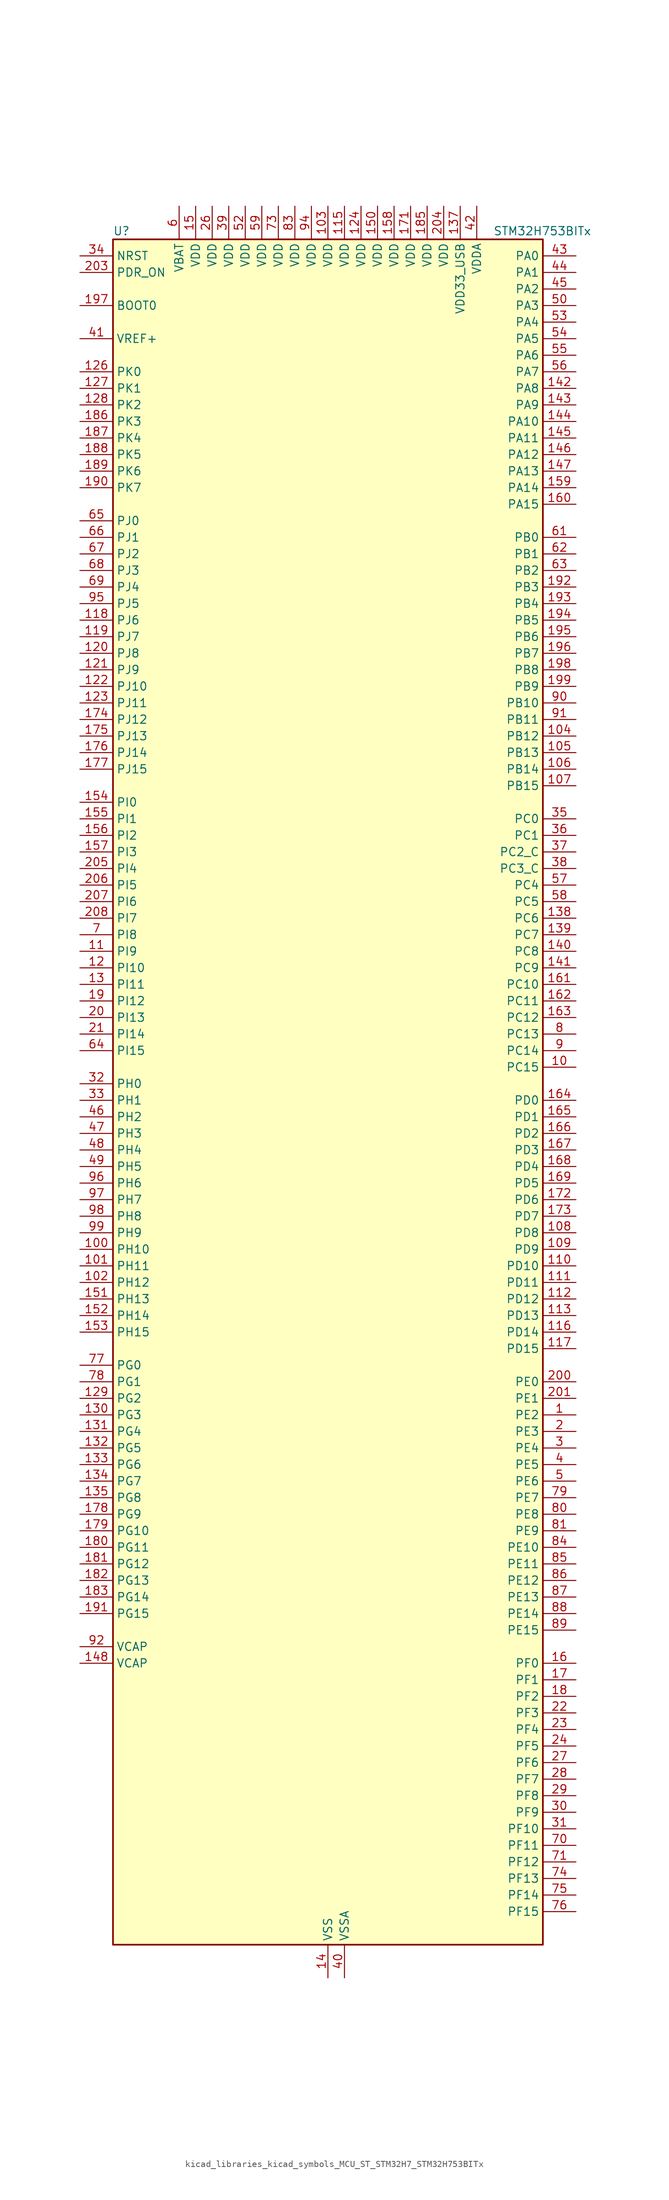
<source format=kicad_sym>
(kicad_symbol_lib
  (version 20220914)
  (generator kicad_symbol_editor)
  (symbol "kicad_libraries_kicad_symbols_MCU_ST_STM32H7_STM32H753BITx"
    (property "Reference" "U"
      (at -33.02 133.35 0)
      (effects (font (size 1.27 1.27)) (justify left)))
    (property "Value" "STM32H753BITx"
      (at 25.4 133.35 0)
      (effects (font (size 1.27 1.27)) (justify left)))
    (property "ki_locked" ""
      (at 0 0 0)
      (effects (font (size 1.27 1.27))))
    (symbol "kicad_libraries_kicad_symbols_MCU_ST_STM32H7_STM32H753BITx_0_1"
      (rectangle (start -33.02 -129.54) (end 33.02 132.08) (stroke (width 0.254) (type default)) (fill (type background))))
    (symbol "kicad_libraries_kicad_symbols_MCU_ST_STM32H7_STM32H753BITx_1_1"
      (pin bidirectional line (at 38.1 -48.26 180) (length 5.08) (name "PE2" (effects (font (size 1.27 1.27)))) (number "1" (effects (font (size 1.27 1.27)))) (alternate "DEBUG_TRACECLK" bidirectional line) (alternate "ETH_TXD3" bidirectional line) (alternate "FMC_A23" bidirectional line) (alternate "QUADSPI_BK1_IO2" bidirectional line) (alternate "SAI1_CK1" bidirectional line) (alternate "SAI1_MCLK_A" bidirectional line) (alternate "SAI4_CK1" bidirectional line) (alternate "SAI4_MCLK_A" bidirectional line) (alternate "SPI4_SCK" bidirectional line))
      (pin bidirectional line (at 38.1 5.08 180) (length 5.08) (name "PC15" (effects (font (size 1.27 1.27)))) (number "10" (effects (font (size 1.27 1.27)))) (alternate "ADC1_EXTI15" bidirectional line) (alternate "ADC2_EXTI15" bidirectional line) (alternate "ADC3_EXTI15" bidirectional line) (alternate "RCC_OSC32_OUT" bidirectional line))
      (pin bidirectional line (at -38.1 -22.86 0) (length 5.08) (name "PH10" (effects (font (size 1.27 1.27)))) (number "100" (effects (font (size 1.27 1.27)))) (alternate "DCMI_D1" bidirectional line) (alternate "FMC_D18" bidirectional line) (alternate "I2C4_SMBA" bidirectional line) (alternate "LTDC_R4" bidirectional line) (alternate "TIM5_CH1" bidirectional line))
      (pin bidirectional line (at -38.1 -25.4 0) (length 5.08) (name "PH11" (effects (font (size 1.27 1.27)))) (number "101" (effects (font (size 1.27 1.27)))) (alternate "ADC1_EXTI11" bidirectional line) (alternate "ADC2_EXTI11" bidirectional line) (alternate "ADC3_EXTI11" bidirectional line) (alternate "DCMI_D2" bidirectional line) (alternate "FMC_D19" bidirectional line) (alternate "I2C4_SCL" bidirectional line) (alternate "LTDC_R5" bidirectional line) (alternate "TIM5_CH2" bidirectional line))
      (pin bidirectional line (at -38.1 -27.94 0) (length 5.08) (name "PH12" (effects (font (size 1.27 1.27)))) (number "102" (effects (font (size 1.27 1.27)))) (alternate "DCMI_D3" bidirectional line) (alternate "FMC_D20" bidirectional line) (alternate "I2C4_SDA" bidirectional line) (alternate "LTDC_R6" bidirectional line) (alternate "TIM5_CH3" bidirectional line))
      (pin power_in line (at 0 137.16 270) (length 5.08) (name "VDD" (effects (font (size 1.27 1.27)))) (number "103" (effects (font (size 1.27 1.27)))))
      (pin bidirectional line (at 38.1 55.88 180) (length 5.08) (name "PB12" (effects (font (size 1.27 1.27)))) (number "104" (effects (font (size 1.27 1.27)))) (alternate "DFSDM1_DATIN1" bidirectional line) (alternate "ETH_TXD0" bidirectional line) (alternate "FDCAN2_RX" bidirectional line) (alternate "I2C2_SMBA" bidirectional line) (alternate "I2S2_WS" bidirectional line) (alternate "SPI2_NSS" bidirectional line) (alternate "TIM1_BKIN" bidirectional line) (alternate "TIM1_BKIN_COMP1" bidirectional line) (alternate "TIM1_BKIN_COMP2" bidirectional line) (alternate "UART5_RX" bidirectional line) (alternate "USART3_CK" bidirectional line) (alternate "USB_OTG_HS_ID" bidirectional line) (alternate "USB_OTG_HS_ULPI_D5" bidirectional line))
      (pin bidirectional line (at 38.1 53.34 180) (length 5.08) (name "PB13" (effects (font (size 1.27 1.27)))) (number "105" (effects (font (size 1.27 1.27)))) (alternate "DFSDM1_CKIN1" bidirectional line) (alternate "ETH_TXD1" bidirectional line) (alternate "FDCAN2_TX" bidirectional line) (alternate "I2S2_CK" bidirectional line) (alternate "LPTIM2_OUT" bidirectional line) (alternate "SPI2_SCK" bidirectional line) (alternate "TIM1_CH1N" bidirectional line) (alternate "UART5_TX" bidirectional line) (alternate "USART3_CTS" bidirectional line) (alternate "USART3_NSS" bidirectional line) (alternate "USB_OTG_HS_ULPI_D6" bidirectional line) (alternate "USB_OTG_HS_VBUS" bidirectional line))
      (pin bidirectional line (at 38.1 50.8 180) (length 5.08) (name "PB14" (effects (font (size 1.27 1.27)))) (number "106" (effects (font (size 1.27 1.27)))) (alternate "DFSDM1_DATIN2" bidirectional line) (alternate "I2S2_SDI" bidirectional line) (alternate "SDMMC2_D0" bidirectional line) (alternate "SPI2_MISO" bidirectional line) (alternate "TIM12_CH1" bidirectional line) (alternate "TIM1_CH2N" bidirectional line) (alternate "TIM8_CH2N" bidirectional line) (alternate "UART4_DE" bidirectional line) (alternate "UART4_RTS" bidirectional line) (alternate "USART1_TX" bidirectional line) (alternate "USART3_DE" bidirectional line) (alternate "USART3_RTS" bidirectional line) (alternate "USB_OTG_HS_DM" bidirectional line))
      (pin bidirectional line (at 38.1 48.26 180) (length 5.08) (name "PB15" (effects (font (size 1.27 1.27)))) (number "107" (effects (font (size 1.27 1.27)))) (alternate "ADC1_EXTI15" bidirectional line) (alternate "ADC2_EXTI15" bidirectional line) (alternate "ADC3_EXTI15" bidirectional line) (alternate "DFSDM1_CKIN2" bidirectional line) (alternate "I2S2_SDO" bidirectional line) (alternate "RTC_REFIN" bidirectional line) (alternate "SDMMC2_D1" bidirectional line) (alternate "SPI2_MOSI" bidirectional line) (alternate "TIM12_CH2" bidirectional line) (alternate "TIM1_CH3N" bidirectional line) (alternate "TIM8_CH3N" bidirectional line) (alternate "UART4_CTS" bidirectional line) (alternate "USART1_RX" bidirectional line) (alternate "USB_OTG_HS_DP" bidirectional line))
      (pin bidirectional line (at 38.1 -20.32 180) (length 5.08) (name "PD8" (effects (font (size 1.27 1.27)))) (number "108" (effects (font (size 1.27 1.27)))) (alternate "DFSDM1_CKIN3" bidirectional line) (alternate "FMC_D13" bidirectional line) (alternate "FMC_DA13" bidirectional line) (alternate "SAI3_SCK_B" bidirectional line) (alternate "SPDIFRX1_IN1" bidirectional line) (alternate "USART3_TX" bidirectional line))
      (pin bidirectional line (at 38.1 -22.86 180) (length 5.08) (name "PD9" (effects (font (size 1.27 1.27)))) (number "109" (effects (font (size 1.27 1.27)))) (alternate "DAC1_EXTI9" bidirectional line) (alternate "DFSDM1_DATIN3" bidirectional line) (alternate "FMC_D14" bidirectional line) (alternate "FMC_DA14" bidirectional line) (alternate "SAI3_SD_B" bidirectional line) (alternate "USART3_RX" bidirectional line))
      (pin bidirectional line (at -38.1 22.86 0) (length 5.08) (name "PI9" (effects (font (size 1.27 1.27)))) (number "11" (effects (font (size 1.27 1.27)))) (alternate "DAC1_EXTI9" bidirectional line) (alternate "FDCAN1_RX" bidirectional line) (alternate "FMC_D30" bidirectional line) (alternate "LTDC_VSYNC" bidirectional line) (alternate "UART4_RX" bidirectional line))
      (pin bidirectional line (at 38.1 -25.4 180) (length 5.08) (name "PD10" (effects (font (size 1.27 1.27)))) (number "110" (effects (font (size 1.27 1.27)))) (alternate "DFSDM1_CKOUT" bidirectional line) (alternate "FMC_D15" bidirectional line) (alternate "FMC_DA15" bidirectional line) (alternate "LTDC_B3" bidirectional line) (alternate "SAI3_FS_B" bidirectional line) (alternate "USART3_CK" bidirectional line))
      (pin bidirectional line (at 38.1 -27.94 180) (length 5.08) (name "PD11" (effects (font (size 1.27 1.27)))) (number "111" (effects (font (size 1.27 1.27)))) (alternate "ADC1_EXTI11" bidirectional line) (alternate "ADC2_EXTI11" bidirectional line) (alternate "ADC3_EXTI11" bidirectional line) (alternate "FMC_A16" bidirectional line) (alternate "FMC_CLE" bidirectional line) (alternate "I2C4_SMBA" bidirectional line) (alternate "LPTIM2_IN2" bidirectional line) (alternate "QUADSPI_BK1_IO0" bidirectional line) (alternate "SAI2_SD_A" bidirectional line) (alternate "USART3_CTS" bidirectional line) (alternate "USART3_NSS" bidirectional line))
      (pin bidirectional line (at 38.1 -30.48 180) (length 5.08) (name "PD12" (effects (font (size 1.27 1.27)))) (number "112" (effects (font (size 1.27 1.27)))) (alternate "FMC_A17" bidirectional line) (alternate "FMC_ALE" bidirectional line) (alternate "I2C4_SCL" bidirectional line) (alternate "LPTIM1_IN1" bidirectional line) (alternate "LPTIM2_IN1" bidirectional line) (alternate "QUADSPI_BK1_IO1" bidirectional line) (alternate "SAI2_FS_A" bidirectional line) (alternate "TIM4_CH1" bidirectional line) (alternate "USART3_DE" bidirectional line) (alternate "USART3_RTS" bidirectional line))
      (pin bidirectional line (at 38.1 -33.02 180) (length 5.08) (name "PD13" (effects (font (size 1.27 1.27)))) (number "113" (effects (font (size 1.27 1.27)))) (alternate "FMC_A18" bidirectional line) (alternate "I2C4_SDA" bidirectional line) (alternate "LPTIM1_OUT" bidirectional line) (alternate "QUADSPI_BK1_IO3" bidirectional line) (alternate "SAI2_SCK_A" bidirectional line) (alternate "TIM4_CH2" bidirectional line))
      (pin passive line (at 0 -134.62 90) (length 5.08) hide (name "VSS" (effects (font (size 1.27 1.27)))) (number "114" (effects (font (size 1.27 1.27)))))
      (pin power_in line (at 2.54 137.16 270) (length 5.08) (name "VDD" (effects (font (size 1.27 1.27)))) (number "115" (effects (font (size 1.27 1.27)))))
      (pin bidirectional line (at 38.1 -35.56 180) (length 5.08) (name "PD14" (effects (font (size 1.27 1.27)))) (number "116" (effects (font (size 1.27 1.27)))) (alternate "FMC_D0" bidirectional line) (alternate "FMC_DA0" bidirectional line) (alternate "SAI3_MCLK_B" bidirectional line) (alternate "TIM4_CH3" bidirectional line) (alternate "UART8_CTS" bidirectional line))
      (pin bidirectional line (at 38.1 -38.1 180) (length 5.08) (name "PD15" (effects (font (size 1.27 1.27)))) (number "117" (effects (font (size 1.27 1.27)))) (alternate "ADC1_EXTI15" bidirectional line) (alternate "ADC2_EXTI15" bidirectional line) (alternate "ADC3_EXTI15" bidirectional line) (alternate "FMC_D1" bidirectional line) (alternate "FMC_DA1" bidirectional line) (alternate "SAI3_MCLK_A" bidirectional line) (alternate "TIM4_CH4" bidirectional line) (alternate "UART8_DE" bidirectional line) (alternate "UART8_RTS" bidirectional line))
      (pin bidirectional line (at -38.1 73.66 0) (length 5.08) (name "PJ6" (effects (font (size 1.27 1.27)))) (number "118" (effects (font (size 1.27 1.27)))) (alternate "LTDC_R7" bidirectional line) (alternate "TIM8_CH2" bidirectional line))
      (pin bidirectional line (at -38.1 71.12 0) (length 5.08) (name "PJ7" (effects (font (size 1.27 1.27)))) (number "119" (effects (font (size 1.27 1.27)))) (alternate "DEBUG_TRGIN" bidirectional line) (alternate "LTDC_G0" bidirectional line) (alternate "TIM8_CH2N" bidirectional line))
      (pin bidirectional line (at -38.1 20.32 0) (length 5.08) (name "PI10" (effects (font (size 1.27 1.27)))) (number "12" (effects (font (size 1.27 1.27)))) (alternate "ETH_RX_ER" bidirectional line) (alternate "FMC_D31" bidirectional line) (alternate "LTDC_HSYNC" bidirectional line))
      (pin bidirectional line (at -38.1 68.58 0) (length 5.08) (name "PJ8" (effects (font (size 1.27 1.27)))) (number "120" (effects (font (size 1.27 1.27)))) (alternate "LTDC_G1" bidirectional line) (alternate "TIM1_CH3N" bidirectional line) (alternate "TIM8_CH1" bidirectional line) (alternate "UART8_TX" bidirectional line))
      (pin bidirectional line (at -38.1 66.04 0) (length 5.08) (name "PJ9" (effects (font (size 1.27 1.27)))) (number "121" (effects (font (size 1.27 1.27)))) (alternate "DAC1_EXTI9" bidirectional line) (alternate "LTDC_G2" bidirectional line) (alternate "TIM1_CH3" bidirectional line) (alternate "TIM8_CH1N" bidirectional line) (alternate "UART8_RX" bidirectional line))
      (pin bidirectional line (at -38.1 63.5 0) (length 5.08) (name "PJ10" (effects (font (size 1.27 1.27)))) (number "122" (effects (font (size 1.27 1.27)))) (alternate "LTDC_G3" bidirectional line) (alternate "SPI5_MOSI" bidirectional line) (alternate "TIM1_CH2N" bidirectional line) (alternate "TIM8_CH2" bidirectional line))
      (pin bidirectional line (at -38.1 60.96 0) (length 5.08) (name "PJ11" (effects (font (size 1.27 1.27)))) (number "123" (effects (font (size 1.27 1.27)))) (alternate "ADC1_EXTI11" bidirectional line) (alternate "ADC2_EXTI11" bidirectional line) (alternate "ADC3_EXTI11" bidirectional line) (alternate "LTDC_G4" bidirectional line) (alternate "SPI5_MISO" bidirectional line) (alternate "TIM1_CH2" bidirectional line) (alternate "TIM8_CH2N" bidirectional line))
      (pin power_in line (at 5.08 137.16 270) (length 5.08) (name "VDD" (effects (font (size 1.27 1.27)))) (number "124" (effects (font (size 1.27 1.27)))))
      (pin passive line (at 0 -134.62 90) (length 5.08) hide (name "VSS" (effects (font (size 1.27 1.27)))) (number "125" (effects (font (size 1.27 1.27)))))
      (pin bidirectional line (at -38.1 111.76 0) (length 5.08) (name "PK0" (effects (font (size 1.27 1.27)))) (number "126" (effects (font (size 1.27 1.27)))) (alternate "LTDC_G5" bidirectional line) (alternate "SPI5_SCK" bidirectional line) (alternate "TIM1_CH1N" bidirectional line) (alternate "TIM8_CH3" bidirectional line))
      (pin bidirectional line (at -38.1 109.22 0) (length 5.08) (name "PK1" (effects (font (size 1.27 1.27)))) (number "127" (effects (font (size 1.27 1.27)))) (alternate "LTDC_G6" bidirectional line) (alternate "SPI5_NSS" bidirectional line) (alternate "TIM1_CH1" bidirectional line) (alternate "TIM8_CH3N" bidirectional line))
      (pin bidirectional line (at -38.1 106.68 0) (length 5.08) (name "PK2" (effects (font (size 1.27 1.27)))) (number "128" (effects (font (size 1.27 1.27)))) (alternate "LTDC_G7" bidirectional line) (alternate "TIM1_BKIN" bidirectional line) (alternate "TIM1_BKIN_COMP1" bidirectional line) (alternate "TIM1_BKIN_COMP2" bidirectional line) (alternate "TIM8_BKIN" bidirectional line) (alternate "TIM8_BKIN_COMP1" bidirectional line) (alternate "TIM8_BKIN_COMP2" bidirectional line))
      (pin bidirectional line (at -38.1 -45.72 0) (length 5.08) (name "PG2" (effects (font (size 1.27 1.27)))) (number "129" (effects (font (size 1.27 1.27)))) (alternate "FMC_A12" bidirectional line) (alternate "TIM8_BKIN" bidirectional line) (alternate "TIM8_BKIN_COMP1" bidirectional line) (alternate "TIM8_BKIN_COMP2" bidirectional line))
      (pin bidirectional line (at -38.1 17.78 0) (length 5.08) (name "PI11" (effects (font (size 1.27 1.27)))) (number "13" (effects (font (size 1.27 1.27)))) (alternate "ADC1_EXTI11" bidirectional line) (alternate "ADC2_EXTI11" bidirectional line) (alternate "ADC3_EXTI11" bidirectional line) (alternate "LTDC_G6" bidirectional line) (alternate "PWR_WKUP4" bidirectional line) (alternate "USB_OTG_HS_ULPI_DIR" bidirectional line))
      (pin bidirectional line (at -38.1 -48.26 0) (length 5.08) (name "PG3" (effects (font (size 1.27 1.27)))) (number "130" (effects (font (size 1.27 1.27)))) (alternate "FMC_A13" bidirectional line) (alternate "TIM8_BKIN2" bidirectional line) (alternate "TIM8_BKIN2_COMP1" bidirectional line) (alternate "TIM8_BKIN2_COMP2" bidirectional line))
      (pin bidirectional line (at -38.1 -50.8 0) (length 5.08) (name "PG4" (effects (font (size 1.27 1.27)))) (number "131" (effects (font (size 1.27 1.27)))) (alternate "FMC_A14" bidirectional line) (alternate "FMC_BA0" bidirectional line) (alternate "TIM1_BKIN2" bidirectional line) (alternate "TIM1_BKIN2_COMP1" bidirectional line) (alternate "TIM1_BKIN2_COMP2" bidirectional line))
      (pin bidirectional line (at -38.1 -53.34 0) (length 5.08) (name "PG5" (effects (font (size 1.27 1.27)))) (number "132" (effects (font (size 1.27 1.27)))) (alternate "FMC_A15" bidirectional line) (alternate "FMC_BA1" bidirectional line) (alternate "TIM1_ETR" bidirectional line))
      (pin bidirectional line (at -38.1 -55.88 0) (length 5.08) (name "PG6" (effects (font (size 1.27 1.27)))) (number "133" (effects (font (size 1.27 1.27)))) (alternate "DCMI_D12" bidirectional line) (alternate "FMC_NE3" bidirectional line) (alternate "HRTIM_CHE1" bidirectional line) (alternate "LTDC_R7" bidirectional line) (alternate "QUADSPI_BK1_NCS" bidirectional line) (alternate "TIM17_BKIN" bidirectional line))
      (pin bidirectional line (at -38.1 -58.42 0) (length 5.08) (name "PG7" (effects (font (size 1.27 1.27)))) (number "134" (effects (font (size 1.27 1.27)))) (alternate "DCMI_D13" bidirectional line) (alternate "FMC_INT" bidirectional line) (alternate "HRTIM_CHE2" bidirectional line) (alternate "LTDC_CLK" bidirectional line) (alternate "SAI1_MCLK_A" bidirectional line) (alternate "USART6_CK" bidirectional line))
      (pin bidirectional line (at -38.1 -60.96 0) (length 5.08) (name "PG8" (effects (font (size 1.27 1.27)))) (number "135" (effects (font (size 1.27 1.27)))) (alternate "ETH_PPS_OUT" bidirectional line) (alternate "FMC_SDCLK" bidirectional line) (alternate "LTDC_G7" bidirectional line) (alternate "SPDIFRX1_IN2" bidirectional line) (alternate "SPI6_NSS" bidirectional line) (alternate "TIM8_ETR" bidirectional line) (alternate "USART6_DE" bidirectional line) (alternate "USART6_RTS" bidirectional line))
      (pin passive line (at 0 -134.62 90) (length 5.08) hide (name "VSS" (effects (font (size 1.27 1.27)))) (number "136" (effects (font (size 1.27 1.27)))))
      (pin power_in line (at 20.32 137.16 270) (length 5.08) (name "VDD33_USB" (effects (font (size 1.27 1.27)))) (number "137" (effects (font (size 1.27 1.27)))))
      (pin bidirectional line (at 38.1 27.94 180) (length 5.08) (name "PC6" (effects (font (size 1.27 1.27)))) (number "138" (effects (font (size 1.27 1.27)))) (alternate "DCMI_D0" bidirectional line) (alternate "DFSDM1_CKIN3" bidirectional line) (alternate "FMC_NWAIT" bidirectional line) (alternate "HRTIM_CHA1" bidirectional line) (alternate "I2S2_MCK" bidirectional line) (alternate "LTDC_HSYNC" bidirectional line) (alternate "SDMMC1_D0DIR" bidirectional line) (alternate "SDMMC1_D6" bidirectional line) (alternate "SDMMC2_D6" bidirectional line) (alternate "SWPMI1_IO" bidirectional line) (alternate "TIM3_CH1" bidirectional line) (alternate "TIM8_CH1" bidirectional line) (alternate "USART6_TX" bidirectional line))
      (pin bidirectional line (at 38.1 25.4 180) (length 5.08) (name "PC7" (effects (font (size 1.27 1.27)))) (number "139" (effects (font (size 1.27 1.27)))) (alternate "DCMI_D1" bidirectional line) (alternate "DEBUG_TRGIO" bidirectional line) (alternate "DFSDM1_DATIN3" bidirectional line) (alternate "FMC_NE1" bidirectional line) (alternate "HRTIM_CHA2" bidirectional line) (alternate "I2S3_MCK" bidirectional line) (alternate "LTDC_G6" bidirectional line) (alternate "SDMMC1_D123DIR" bidirectional line) (alternate "SDMMC1_D7" bidirectional line) (alternate "SDMMC2_D7" bidirectional line) (alternate "SWPMI1_TX" bidirectional line) (alternate "TIM3_CH2" bidirectional line) (alternate "TIM8_CH2" bidirectional line) (alternate "USART6_RX" bidirectional line))
      (pin power_in line (at 0 -134.62 90) (length 5.08) (name "VSS" (effects (font (size 1.27 1.27)))) (number "14" (effects (font (size 1.27 1.27)))))
      (pin bidirectional line (at 38.1 22.86 180) (length 5.08) (name "PC8" (effects (font (size 1.27 1.27)))) (number "140" (effects (font (size 1.27 1.27)))) (alternate "DCMI_D2" bidirectional line) (alternate "DEBUG_TRACED1" bidirectional line) (alternate "FMC_NCE" bidirectional line) (alternate "FMC_NE2" bidirectional line) (alternate "HRTIM_CHB1" bidirectional line) (alternate "SDMMC1_D0" bidirectional line) (alternate "SWPMI1_RX" bidirectional line) (alternate "TIM3_CH3" bidirectional line) (alternate "TIM8_CH3" bidirectional line) (alternate "UART5_DE" bidirectional line) (alternate "UART5_RTS" bidirectional line) (alternate "USART6_CK" bidirectional line))
      (pin bidirectional line (at 38.1 20.32 180) (length 5.08) (name "PC9" (effects (font (size 1.27 1.27)))) (number "141" (effects (font (size 1.27 1.27)))) (alternate "DAC1_EXTI9" bidirectional line) (alternate "DCMI_D3" bidirectional line) (alternate "I2C3_SDA" bidirectional line) (alternate "I2S_CKIN" bidirectional line) (alternate "LTDC_B2" bidirectional line) (alternate "LTDC_G3" bidirectional line) (alternate "QUADSPI_BK1_IO0" bidirectional line) (alternate "RCC_MCO_2" bidirectional line) (alternate "SDMMC1_D1" bidirectional line) (alternate "SWPMI1_SUSPEND" bidirectional line) (alternate "TIM3_CH4" bidirectional line) (alternate "TIM8_CH4" bidirectional line) (alternate "UART5_CTS" bidirectional line))
      (pin bidirectional line (at 38.1 109.22 180) (length 5.08) (name "PA8" (effects (font (size 1.27 1.27)))) (number "142" (effects (font (size 1.27 1.27)))) (alternate "HRTIM_CHB2" bidirectional line) (alternate "I2C3_SCL" bidirectional line) (alternate "LTDC_B3" bidirectional line) (alternate "LTDC_R6" bidirectional line) (alternate "RCC_MCO_1" bidirectional line) (alternate "TIM1_CH1" bidirectional line) (alternate "TIM8_BKIN2" bidirectional line) (alternate "TIM8_BKIN2_COMP1" bidirectional line) (alternate "TIM8_BKIN2_COMP2" bidirectional line) (alternate "UART7_RX" bidirectional line) (alternate "USART1_CK" bidirectional line) (alternate "USB_OTG_FS_SOF" bidirectional line))
      (pin bidirectional line (at 38.1 106.68 180) (length 5.08) (name "PA9" (effects (font (size 1.27 1.27)))) (number "143" (effects (font (size 1.27 1.27)))) (alternate "DAC1_EXTI9" bidirectional line) (alternate "DCMI_D0" bidirectional line) (alternate "HRTIM_CHC1" bidirectional line) (alternate "I2C3_SMBA" bidirectional line) (alternate "I2S2_CK" bidirectional line) (alternate "LPUART1_TX" bidirectional line) (alternate "LTDC_R5" bidirectional line) (alternate "SPI2_SCK" bidirectional line) (alternate "TIM1_CH2" bidirectional line) (alternate "USART1_TX" bidirectional line) (alternate "USB_OTG_FS_VBUS" bidirectional line))
      (pin bidirectional line (at 38.1 104.14 180) (length 5.08) (name "PA10" (effects (font (size 1.27 1.27)))) (number "144" (effects (font (size 1.27 1.27)))) (alternate "DCMI_D1" bidirectional line) (alternate "HRTIM_CHC2" bidirectional line) (alternate "LPUART1_RX" bidirectional line) (alternate "LTDC_B1" bidirectional line) (alternate "LTDC_B4" bidirectional line) (alternate "MDIOS_MDIO" bidirectional line) (alternate "TIM1_CH3" bidirectional line) (alternate "USART1_RX" bidirectional line) (alternate "USB_OTG_FS_ID" bidirectional line))
      (pin bidirectional line (at 38.1 101.6 180) (length 5.08) (name "PA11" (effects (font (size 1.27 1.27)))) (number "145" (effects (font (size 1.27 1.27)))) (alternate "ADC1_EXTI11" bidirectional line) (alternate "ADC2_EXTI11" bidirectional line) (alternate "ADC3_EXTI11" bidirectional line) (alternate "FDCAN1_RX" bidirectional line) (alternate "HRTIM_CHD1" bidirectional line) (alternate "I2S2_WS" bidirectional line) (alternate "LPUART1_CTS" bidirectional line) (alternate "LTDC_R4" bidirectional line) (alternate "SPI2_NSS" bidirectional line) (alternate "TIM1_CH4" bidirectional line) (alternate "UART4_RX" bidirectional line) (alternate "USART1_CTS" bidirectional line) (alternate "USART1_NSS" bidirectional line) (alternate "USB_OTG_FS_DM" bidirectional line))
      (pin bidirectional line (at 38.1 99.06 180) (length 5.08) (name "PA12" (effects (font (size 1.27 1.27)))) (number "146" (effects (font (size 1.27 1.27)))) (alternate "FDCAN1_TX" bidirectional line) (alternate "HRTIM_CHD2" bidirectional line) (alternate "I2S2_CK" bidirectional line) (alternate "LPUART1_DE" bidirectional line) (alternate "LPUART1_RTS" bidirectional line) (alternate "LTDC_R5" bidirectional line) (alternate "SAI2_FS_B" bidirectional line) (alternate "SPI2_SCK" bidirectional line) (alternate "TIM1_ETR" bidirectional line) (alternate "UART4_TX" bidirectional line) (alternate "USART1_DE" bidirectional line) (alternate "USART1_RTS" bidirectional line) (alternate "USB_OTG_FS_DP" bidirectional line))
      (pin bidirectional line (at 38.1 96.52 180) (length 5.08) (name "PA13" (effects (font (size 1.27 1.27)))) (number "147" (effects (font (size 1.27 1.27)))) (alternate "DEBUG_JTMS-SWDIO" bidirectional line))
      (pin power_out line (at -38.1 -86.36 0) (length 5.08) (name "VCAP" (effects (font (size 1.27 1.27)))) (number "148" (effects (font (size 1.27 1.27)))))
      (pin passive line (at 0 -134.62 90) (length 5.08) hide (name "VSS" (effects (font (size 1.27 1.27)))) (number "149" (effects (font (size 1.27 1.27)))))
      (pin power_in line (at -20.32 137.16 270) (length 5.08) (name "VDD" (effects (font (size 1.27 1.27)))) (number "15" (effects (font (size 1.27 1.27)))))
      (pin power_in line (at 7.62 137.16 270) (length 5.08) (name "VDD" (effects (font (size 1.27 1.27)))) (number "150" (effects (font (size 1.27 1.27)))))
      (pin bidirectional line (at -38.1 -30.48 0) (length 5.08) (name "PH13" (effects (font (size 1.27 1.27)))) (number "151" (effects (font (size 1.27 1.27)))) (alternate "FDCAN1_TX" bidirectional line) (alternate "FMC_D21" bidirectional line) (alternate "LTDC_G2" bidirectional line) (alternate "TIM8_CH1N" bidirectional line) (alternate "UART4_TX" bidirectional line))
      (pin bidirectional line (at -38.1 -33.02 0) (length 5.08) (name "PH14" (effects (font (size 1.27 1.27)))) (number "152" (effects (font (size 1.27 1.27)))) (alternate "DCMI_D4" bidirectional line) (alternate "FDCAN1_RX" bidirectional line) (alternate "FMC_D22" bidirectional line) (alternate "LTDC_G3" bidirectional line) (alternate "TIM8_CH2N" bidirectional line) (alternate "UART4_RX" bidirectional line))
      (pin bidirectional line (at -38.1 -35.56 0) (length 5.08) (name "PH15" (effects (font (size 1.27 1.27)))) (number "153" (effects (font (size 1.27 1.27)))) (alternate "ADC1_EXTI15" bidirectional line) (alternate "ADC2_EXTI15" bidirectional line) (alternate "ADC3_EXTI15" bidirectional line) (alternate "DCMI_D11" bidirectional line) (alternate "FMC_D23" bidirectional line) (alternate "LTDC_G4" bidirectional line) (alternate "TIM8_CH3N" bidirectional line))
      (pin bidirectional line (at -38.1 45.72 0) (length 5.08) (name "PI0" (effects (font (size 1.27 1.27)))) (number "154" (effects (font (size 1.27 1.27)))) (alternate "DCMI_D13" bidirectional line) (alternate "FMC_D24" bidirectional line) (alternate "I2S2_WS" bidirectional line) (alternate "LTDC_G5" bidirectional line) (alternate "SPI2_NSS" bidirectional line) (alternate "TIM5_CH4" bidirectional line))
      (pin bidirectional line (at -38.1 43.18 0) (length 5.08) (name "PI1" (effects (font (size 1.27 1.27)))) (number "155" (effects (font (size 1.27 1.27)))) (alternate "DCMI_D8" bidirectional line) (alternate "FMC_D25" bidirectional line) (alternate "I2S2_CK" bidirectional line) (alternate "LTDC_G6" bidirectional line) (alternate "SPI2_SCK" bidirectional line) (alternate "TIM8_BKIN2" bidirectional line) (alternate "TIM8_BKIN2_COMP1" bidirectional line) (alternate "TIM8_BKIN2_COMP2" bidirectional line))
      (pin bidirectional line (at -38.1 40.64 0) (length 5.08) (name "PI2" (effects (font (size 1.27 1.27)))) (number "156" (effects (font (size 1.27 1.27)))) (alternate "DCMI_D9" bidirectional line) (alternate "FMC_D26" bidirectional line) (alternate "I2S2_SDI" bidirectional line) (alternate "LTDC_G7" bidirectional line) (alternate "SPI2_MISO" bidirectional line) (alternate "TIM8_CH4" bidirectional line))
      (pin bidirectional line (at -38.1 38.1 0) (length 5.08) (name "PI3" (effects (font (size 1.27 1.27)))) (number "157" (effects (font (size 1.27 1.27)))) (alternate "DCMI_D10" bidirectional line) (alternate "FMC_D27" bidirectional line) (alternate "I2S2_SDO" bidirectional line) (alternate "SPI2_MOSI" bidirectional line) (alternate "TIM8_ETR" bidirectional line))
      (pin power_in line (at 10.16 137.16 270) (length 5.08) (name "VDD" (effects (font (size 1.27 1.27)))) (number "158" (effects (font (size 1.27 1.27)))))
      (pin bidirectional line (at 38.1 93.98 180) (length 5.08) (name "PA14" (effects (font (size 1.27 1.27)))) (number "159" (effects (font (size 1.27 1.27)))) (alternate "DEBUG_JTCK-SWCLK" bidirectional line))
      (pin bidirectional line (at 38.1 -86.36 180) (length 5.08) (name "PF0" (effects (font (size 1.27 1.27)))) (number "16" (effects (font (size 1.27 1.27)))) (alternate "FMC_A0" bidirectional line) (alternate "I2C2_SDA" bidirectional line))
      (pin bidirectional line (at 38.1 91.44 180) (length 5.08) (name "PA15" (effects (font (size 1.27 1.27)))) (number "160" (effects (font (size 1.27 1.27)))) (alternate "ADC1_EXTI15" bidirectional line) (alternate "ADC2_EXTI15" bidirectional line) (alternate "ADC3_EXTI15" bidirectional line) (alternate "CEC" bidirectional line) (alternate "DEBUG_JTDI" bidirectional line) (alternate "HRTIM_FLT1" bidirectional line) (alternate "I2S1_WS" bidirectional line) (alternate "I2S3_WS" bidirectional line) (alternate "SPI1_NSS" bidirectional line) (alternate "SPI3_NSS" bidirectional line) (alternate "SPI6_NSS" bidirectional line) (alternate "TIM2_CH1" bidirectional line) (alternate "TIM2_ETR" bidirectional line) (alternate "UART4_DE" bidirectional line) (alternate "UART4_RTS" bidirectional line) (alternate "UART7_TX" bidirectional line))
      (pin bidirectional line (at 38.1 17.78 180) (length 5.08) (name "PC10" (effects (font (size 1.27 1.27)))) (number "161" (effects (font (size 1.27 1.27)))) (alternate "DCMI_D8" bidirectional line) (alternate "DFSDM1_CKIN5" bidirectional line) (alternate "HRTIM_EEV1" bidirectional line) (alternate "I2S3_CK" bidirectional line) (alternate "LTDC_R2" bidirectional line) (alternate "QUADSPI_BK1_IO1" bidirectional line) (alternate "SDMMC1_D2" bidirectional line) (alternate "SPI3_SCK" bidirectional line) (alternate "UART4_TX" bidirectional line) (alternate "USART3_TX" bidirectional line))
      (pin bidirectional line (at 38.1 15.24 180) (length 5.08) (name "PC11" (effects (font (size 1.27 1.27)))) (number "162" (effects (font (size 1.27 1.27)))) (alternate "ADC1_EXTI11" bidirectional line) (alternate "ADC2_EXTI11" bidirectional line) (alternate "ADC3_EXTI11" bidirectional line) (alternate "DCMI_D4" bidirectional line) (alternate "DFSDM1_DATIN5" bidirectional line) (alternate "HRTIM_FLT2" bidirectional line) (alternate "I2S3_SDI" bidirectional line) (alternate "QUADSPI_BK2_NCS" bidirectional line) (alternate "SDMMC1_D3" bidirectional line) (alternate "SPI3_MISO" bidirectional line) (alternate "UART4_RX" bidirectional line) (alternate "USART3_RX" bidirectional line))
      (pin bidirectional line (at 38.1 12.7 180) (length 5.08) (name "PC12" (effects (font (size 1.27 1.27)))) (number "163" (effects (font (size 1.27 1.27)))) (alternate "DCMI_D9" bidirectional line) (alternate "DEBUG_TRACED3" bidirectional line) (alternate "HRTIM_EEV2" bidirectional line) (alternate "I2S3_SDO" bidirectional line) (alternate "SDMMC1_CK" bidirectional line) (alternate "SPI3_MOSI" bidirectional line) (alternate "UART5_TX" bidirectional line) (alternate "USART3_CK" bidirectional line))
      (pin bidirectional line (at 38.1 0 180) (length 5.08) (name "PD0" (effects (font (size 1.27 1.27)))) (number "164" (effects (font (size 1.27 1.27)))) (alternate "DFSDM1_CKIN6" bidirectional line) (alternate "FDCAN1_RX" bidirectional line) (alternate "FMC_D2" bidirectional line) (alternate "FMC_DA2" bidirectional line) (alternate "SAI3_SCK_A" bidirectional line) (alternate "UART4_RX" bidirectional line))
      (pin bidirectional line (at 38.1 -2.54 180) (length 5.08) (name "PD1" (effects (font (size 1.27 1.27)))) (number "165" (effects (font (size 1.27 1.27)))) (alternate "DFSDM1_DATIN6" bidirectional line) (alternate "FDCAN1_TX" bidirectional line) (alternate "FMC_D3" bidirectional line) (alternate "FMC_DA3" bidirectional line) (alternate "SAI3_SD_A" bidirectional line) (alternate "UART4_TX" bidirectional line))
      (pin bidirectional line (at 38.1 -5.08 180) (length 5.08) (name "PD2" (effects (font (size 1.27 1.27)))) (number "166" (effects (font (size 1.27 1.27)))) (alternate "DCMI_D11" bidirectional line) (alternate "DEBUG_TRACED2" bidirectional line) (alternate "SDMMC1_CMD" bidirectional line) (alternate "TIM3_ETR" bidirectional line) (alternate "UART5_RX" bidirectional line))
      (pin bidirectional line (at 38.1 -7.62 180) (length 5.08) (name "PD3" (effects (font (size 1.27 1.27)))) (number "167" (effects (font (size 1.27 1.27)))) (alternate "DCMI_D5" bidirectional line) (alternate "DFSDM1_CKOUT" bidirectional line) (alternate "FMC_CLK" bidirectional line) (alternate "I2S2_CK" bidirectional line) (alternate "LTDC_G7" bidirectional line) (alternate "SPI2_SCK" bidirectional line) (alternate "USART2_CTS" bidirectional line) (alternate "USART2_NSS" bidirectional line))
      (pin bidirectional line (at 38.1 -10.16 180) (length 5.08) (name "PD4" (effects (font (size 1.27 1.27)))) (number "168" (effects (font (size 1.27 1.27)))) (alternate "FMC_NOE" bidirectional line) (alternate "HRTIM_FLT3" bidirectional line) (alternate "SAI3_FS_A" bidirectional line) (alternate "USART2_DE" bidirectional line) (alternate "USART2_RTS" bidirectional line))
      (pin bidirectional line (at 38.1 -12.7 180) (length 5.08) (name "PD5" (effects (font (size 1.27 1.27)))) (number "169" (effects (font (size 1.27 1.27)))) (alternate "FMC_NWE" bidirectional line) (alternate "HRTIM_EEV3" bidirectional line) (alternate "USART2_TX" bidirectional line))
      (pin bidirectional line (at 38.1 -88.9 180) (length 5.08) (name "PF1" (effects (font (size 1.27 1.27)))) (number "17" (effects (font (size 1.27 1.27)))) (alternate "FMC_A1" bidirectional line) (alternate "I2C2_SCL" bidirectional line))
      (pin passive line (at 0 -134.62 90) (length 5.08) hide (name "VSS" (effects (font (size 1.27 1.27)))) (number "170" (effects (font (size 1.27 1.27)))))
      (pin power_in line (at 12.7 137.16 270) (length 5.08) (name "VDD" (effects (font (size 1.27 1.27)))) (number "171" (effects (font (size 1.27 1.27)))))
      (pin bidirectional line (at 38.1 -15.24 180) (length 5.08) (name "PD6" (effects (font (size 1.27 1.27)))) (number "172" (effects (font (size 1.27 1.27)))) (alternate "DCMI_D10" bidirectional line) (alternate "DFSDM1_CKIN4" bidirectional line) (alternate "DFSDM1_DATIN1" bidirectional line) (alternate "FMC_NWAIT" bidirectional line) (alternate "I2S3_SDO" bidirectional line) (alternate "LTDC_B2" bidirectional line) (alternate "SAI1_D1" bidirectional line) (alternate "SAI1_SD_A" bidirectional line) (alternate "SAI4_D1" bidirectional line) (alternate "SAI4_SD_A" bidirectional line) (alternate "SDMMC2_CK" bidirectional line) (alternate "SPI3_MOSI" bidirectional line) (alternate "USART2_RX" bidirectional line))
      (pin bidirectional line (at 38.1 -17.78 180) (length 5.08) (name "PD7" (effects (font (size 1.27 1.27)))) (number "173" (effects (font (size 1.27 1.27)))) (alternate "DFSDM1_CKIN1" bidirectional line) (alternate "DFSDM1_DATIN4" bidirectional line) (alternate "FMC_NE1" bidirectional line) (alternate "I2S1_SDO" bidirectional line) (alternate "SDMMC2_CMD" bidirectional line) (alternate "SPDIFRX1_IN0" bidirectional line) (alternate "SPI1_MOSI" bidirectional line) (alternate "USART2_CK" bidirectional line))
      (pin bidirectional line (at -38.1 58.42 0) (length 5.08) (name "PJ12" (effects (font (size 1.27 1.27)))) (number "174" (effects (font (size 1.27 1.27)))) (alternate "DEBUG_TRGOUT" bidirectional line) (alternate "LTDC_B0" bidirectional line) (alternate "LTDC_G3" bidirectional line))
      (pin bidirectional line (at -38.1 55.88 0) (length 5.08) (name "PJ13" (effects (font (size 1.27 1.27)))) (number "175" (effects (font (size 1.27 1.27)))) (alternate "LTDC_B1" bidirectional line) (alternate "LTDC_B4" bidirectional line))
      (pin bidirectional line (at -38.1 53.34 0) (length 5.08) (name "PJ14" (effects (font (size 1.27 1.27)))) (number "176" (effects (font (size 1.27 1.27)))) (alternate "LTDC_B2" bidirectional line))
      (pin bidirectional line (at -38.1 50.8 0) (length 5.08) (name "PJ15" (effects (font (size 1.27 1.27)))) (number "177" (effects (font (size 1.27 1.27)))) (alternate "ADC1_EXTI15" bidirectional line) (alternate "ADC2_EXTI15" bidirectional line) (alternate "ADC3_EXTI15" bidirectional line) (alternate "LTDC_B3" bidirectional line))
      (pin bidirectional line (at -38.1 -63.5 0) (length 5.08) (name "PG9" (effects (font (size 1.27 1.27)))) (number "178" (effects (font (size 1.27 1.27)))) (alternate "DAC1_EXTI9" bidirectional line) (alternate "DCMI_VSYNC" bidirectional line) (alternate "FMC_NCE" bidirectional line) (alternate "FMC_NE2" bidirectional line) (alternate "I2S1_SDI" bidirectional line) (alternate "QUADSPI_BK2_IO2" bidirectional line) (alternate "SAI2_FS_B" bidirectional line) (alternate "SPDIFRX1_IN3" bidirectional line) (alternate "SPI1_MISO" bidirectional line) (alternate "USART6_RX" bidirectional line))
      (pin bidirectional line (at -38.1 -66.04 0) (length 5.08) (name "PG10" (effects (font (size 1.27 1.27)))) (number "179" (effects (font (size 1.27 1.27)))) (alternate "DCMI_D2" bidirectional line) (alternate "FMC_NE3" bidirectional line) (alternate "HRTIM_FLT5" bidirectional line) (alternate "I2S1_WS" bidirectional line) (alternate "LTDC_B2" bidirectional line) (alternate "LTDC_G3" bidirectional line) (alternate "SAI2_SD_B" bidirectional line) (alternate "SPI1_NSS" bidirectional line))
      (pin bidirectional line (at 38.1 -91.44 180) (length 5.08) (name "PF2" (effects (font (size 1.27 1.27)))) (number "18" (effects (font (size 1.27 1.27)))) (alternate "FMC_A2" bidirectional line) (alternate "I2C2_SMBA" bidirectional line))
      (pin bidirectional line (at -38.1 -68.58 0) (length 5.08) (name "PG11" (effects (font (size 1.27 1.27)))) (number "180" (effects (font (size 1.27 1.27)))) (alternate "ADC1_EXTI11" bidirectional line) (alternate "ADC2_EXTI11" bidirectional line) (alternate "ADC3_EXTI11" bidirectional line) (alternate "DCMI_D3" bidirectional line) (alternate "ETH_TX_EN" bidirectional line) (alternate "HRTIM_EEV4" bidirectional line) (alternate "I2S1_CK" bidirectional line) (alternate "LPTIM1_IN2" bidirectional line) (alternate "LTDC_B3" bidirectional line) (alternate "SDMMC2_D2" bidirectional line) (alternate "SPDIFRX1_IN0" bidirectional line) (alternate "SPI1_SCK" bidirectional line))
      (pin bidirectional line (at -38.1 -71.12 0) (length 5.08) (name "PG12" (effects (font (size 1.27 1.27)))) (number "181" (effects (font (size 1.27 1.27)))) (alternate "ETH_TXD1" bidirectional line) (alternate "FMC_NE4" bidirectional line) (alternate "HRTIM_EEV5" bidirectional line) (alternate "LPTIM1_IN1" bidirectional line) (alternate "LTDC_B1" bidirectional line) (alternate "LTDC_B4" bidirectional line) (alternate "SPDIFRX1_IN1" bidirectional line) (alternate "SPI6_MISO" bidirectional line) (alternate "USART6_DE" bidirectional line) (alternate "USART6_RTS" bidirectional line))
      (pin bidirectional line (at -38.1 -73.66 0) (length 5.08) (name "PG13" (effects (font (size 1.27 1.27)))) (number "182" (effects (font (size 1.27 1.27)))) (alternate "DEBUG_TRACED0" bidirectional line) (alternate "ETH_TXD0" bidirectional line) (alternate "FMC_A24" bidirectional line) (alternate "HRTIM_EEV10" bidirectional line) (alternate "LPTIM1_OUT" bidirectional line) (alternate "LTDC_R0" bidirectional line) (alternate "SPI6_SCK" bidirectional line) (alternate "USART6_CTS" bidirectional line) (alternate "USART6_NSS" bidirectional line))
      (pin bidirectional line (at -38.1 -76.2 0) (length 5.08) (name "PG14" (effects (font (size 1.27 1.27)))) (number "183" (effects (font (size 1.27 1.27)))) (alternate "DEBUG_TRACED1" bidirectional line) (alternate "ETH_TXD1" bidirectional line) (alternate "FMC_A25" bidirectional line) (alternate "LPTIM1_ETR" bidirectional line) (alternate "LTDC_B0" bidirectional line) (alternate "QUADSPI_BK2_IO3" bidirectional line) (alternate "SPI6_MOSI" bidirectional line) (alternate "USART6_TX" bidirectional line))
      (pin passive line (at 0 -134.62 90) (length 5.08) hide (name "VSS" (effects (font (size 1.27 1.27)))) (number "184" (effects (font (size 1.27 1.27)))))
      (pin power_in line (at 15.24 137.16 270) (length 5.08) (name "VDD" (effects (font (size 1.27 1.27)))) (number "185" (effects (font (size 1.27 1.27)))))
      (pin bidirectional line (at -38.1 104.14 0) (length 5.08) (name "PK3" (effects (font (size 1.27 1.27)))) (number "186" (effects (font (size 1.27 1.27)))) (alternate "LTDC_B4" bidirectional line))
      (pin bidirectional line (at -38.1 101.6 0) (length 5.08) (name "PK4" (effects (font (size 1.27 1.27)))) (number "187" (effects (font (size 1.27 1.27)))) (alternate "LTDC_B5" bidirectional line))
      (pin bidirectional line (at -38.1 99.06 0) (length 5.08) (name "PK5" (effects (font (size 1.27 1.27)))) (number "188" (effects (font (size 1.27 1.27)))) (alternate "LTDC_B6" bidirectional line))
      (pin bidirectional line (at -38.1 96.52 0) (length 5.08) (name "PK6" (effects (font (size 1.27 1.27)))) (number "189" (effects (font (size 1.27 1.27)))) (alternate "LTDC_B7" bidirectional line))
      (pin bidirectional line (at -38.1 15.24 0) (length 5.08) (name "PI12" (effects (font (size 1.27 1.27)))) (number "19" (effects (font (size 1.27 1.27)))) (alternate "LTDC_HSYNC" bidirectional line))
      (pin bidirectional line (at -38.1 93.98 0) (length 5.08) (name "PK7" (effects (font (size 1.27 1.27)))) (number "190" (effects (font (size 1.27 1.27)))) (alternate "LTDC_DE" bidirectional line))
      (pin bidirectional line (at -38.1 -78.74 0) (length 5.08) (name "PG15" (effects (font (size 1.27 1.27)))) (number "191" (effects (font (size 1.27 1.27)))) (alternate "ADC1_EXTI15" bidirectional line) (alternate "ADC2_EXTI15" bidirectional line) (alternate "ADC3_EXTI15" bidirectional line) (alternate "DCMI_D13" bidirectional line) (alternate "FMC_SDNCAS" bidirectional line) (alternate "USART6_CTS" bidirectional line) (alternate "USART6_NSS" bidirectional line))
      (pin bidirectional line (at 38.1 78.74 180) (length 5.08) (name "PB3" (effects (font (size 1.27 1.27)))) (number "192" (effects (font (size 1.27 1.27)))) (alternate "CRS_SYNC" bidirectional line) (alternate "DEBUG_JTDO-SWO" bidirectional line) (alternate "HRTIM_FLT4" bidirectional line) (alternate "I2S1_CK" bidirectional line) (alternate "I2S3_CK" bidirectional line) (alternate "SDMMC2_D2" bidirectional line) (alternate "SPI1_SCK" bidirectional line) (alternate "SPI3_SCK" bidirectional line) (alternate "SPI6_SCK" bidirectional line) (alternate "TIM2_CH2" bidirectional line) (alternate "UART7_RX" bidirectional line))
      (pin bidirectional line (at 38.1 76.2 180) (length 5.08) (name "PB4" (effects (font (size 1.27 1.27)))) (number "193" (effects (font (size 1.27 1.27)))) (alternate "DEBUG_JTRST" bidirectional line) (alternate "HRTIM_EEV6" bidirectional line) (alternate "I2S1_SDI" bidirectional line) (alternate "I2S2_WS" bidirectional line) (alternate "I2S3_SDI" bidirectional line) (alternate "SDMMC2_D3" bidirectional line) (alternate "SPI1_MISO" bidirectional line) (alternate "SPI2_NSS" bidirectional line) (alternate "SPI3_MISO" bidirectional line) (alternate "SPI6_MISO" bidirectional line) (alternate "TIM16_BKIN" bidirectional line) (alternate "TIM3_CH1" bidirectional line) (alternate "UART7_TX" bidirectional line))
      (pin bidirectional line (at 38.1 73.66 180) (length 5.08) (name "PB5" (effects (font (size 1.27 1.27)))) (number "194" (effects (font (size 1.27 1.27)))) (alternate "DCMI_D10" bidirectional line) (alternate "ETH_PPS_OUT" bidirectional line) (alternate "FDCAN2_RX" bidirectional line) (alternate "FMC_SDCKE1" bidirectional line) (alternate "HRTIM_EEV7" bidirectional line) (alternate "I2C1_SMBA" bidirectional line) (alternate "I2C4_SMBA" bidirectional line) (alternate "I2S1_SDO" bidirectional line) (alternate "I2S3_SDO" bidirectional line) (alternate "SPI1_MOSI" bidirectional line) (alternate "SPI3_MOSI" bidirectional line) (alternate "SPI6_MOSI" bidirectional line) (alternate "TIM17_BKIN" bidirectional line) (alternate "TIM3_CH2" bidirectional line) (alternate "UART5_RX" bidirectional line) (alternate "USB_OTG_HS_ULPI_D7" bidirectional line))
      (pin bidirectional line (at 38.1 71.12 180) (length 5.08) (name "PB6" (effects (font (size 1.27 1.27)))) (number "195" (effects (font (size 1.27 1.27)))) (alternate "CEC" bidirectional line) (alternate "DCMI_D5" bidirectional line) (alternate "DFSDM1_DATIN5" bidirectional line) (alternate "FDCAN2_TX" bidirectional line) (alternate "FMC_SDNE1" bidirectional line) (alternate "HRTIM_EEV8" bidirectional line) (alternate "I2C1_SCL" bidirectional line) (alternate "I2C4_SCL" bidirectional line) (alternate "LPUART1_TX" bidirectional line) (alternate "QUADSPI_BK1_NCS" bidirectional line) (alternate "TIM16_CH1N" bidirectional line) (alternate "TIM4_CH1" bidirectional line) (alternate "UART5_TX" bidirectional line) (alternate "USART1_TX" bidirectional line))
      (pin bidirectional line (at 38.1 68.58 180) (length 5.08) (name "PB7" (effects (font (size 1.27 1.27)))) (number "196" (effects (font (size 1.27 1.27)))) (alternate "DCMI_VSYNC" bidirectional line) (alternate "DFSDM1_CKIN5" bidirectional line) (alternate "FMC_NL" bidirectional line) (alternate "HRTIM_EEV9" bidirectional line) (alternate "I2C1_SDA" bidirectional line) (alternate "I2C4_SDA" bidirectional line) (alternate "LPUART1_RX" bidirectional line) (alternate "PWR_PVD_IN" bidirectional line) (alternate "TIM17_CH1N" bidirectional line) (alternate "TIM4_CH2" bidirectional line) (alternate "USART1_RX" bidirectional line))
      (pin input line (at -38.1 121.92 0) (length 5.08) (name "BOOT0" (effects (font (size 1.27 1.27)))) (number "197" (effects (font (size 1.27 1.27)))))
      (pin bidirectional line (at 38.1 66.04 180) (length 5.08) (name "PB8" (effects (font (size 1.27 1.27)))) (number "198" (effects (font (size 1.27 1.27)))) (alternate "DCMI_D6" bidirectional line) (alternate "DFSDM1_CKIN7" bidirectional line) (alternate "ETH_TXD3" bidirectional line) (alternate "FDCAN1_RX" bidirectional line) (alternate "I2C1_SCL" bidirectional line) (alternate "I2C4_SCL" bidirectional line) (alternate "LTDC_B6" bidirectional line) (alternate "SDMMC1_CKIN" bidirectional line) (alternate "SDMMC1_D4" bidirectional line) (alternate "SDMMC2_D4" bidirectional line) (alternate "TIM16_CH1" bidirectional line) (alternate "TIM4_CH3" bidirectional line) (alternate "UART4_RX" bidirectional line))
      (pin bidirectional line (at 38.1 63.5 180) (length 5.08) (name "PB9" (effects (font (size 1.27 1.27)))) (number "199" (effects (font (size 1.27 1.27)))) (alternate "DAC1_EXTI9" bidirectional line) (alternate "DCMI_D7" bidirectional line) (alternate "DFSDM1_DATIN7" bidirectional line) (alternate "FDCAN1_TX" bidirectional line) (alternate "I2C1_SDA" bidirectional line) (alternate "I2C4_SDA" bidirectional line) (alternate "I2C4_SMBA" bidirectional line) (alternate "I2S2_WS" bidirectional line) (alternate "LTDC_B7" bidirectional line) (alternate "SDMMC1_CDIR" bidirectional line) (alternate "SDMMC1_D5" bidirectional line) (alternate "SDMMC2_D5" bidirectional line) (alternate "SPI2_NSS" bidirectional line) (alternate "TIM17_CH1" bidirectional line) (alternate "TIM4_CH4" bidirectional line) (alternate "UART4_TX" bidirectional line))
      (pin bidirectional line (at 38.1 -50.8 180) (length 5.08) (name "PE3" (effects (font (size 1.27 1.27)))) (number "2" (effects (font (size 1.27 1.27)))) (alternate "DEBUG_TRACED0" bidirectional line) (alternate "FMC_A19" bidirectional line) (alternate "SAI1_SD_B" bidirectional line) (alternate "SAI4_SD_B" bidirectional line) (alternate "TIM15_BKIN" bidirectional line))
      (pin bidirectional line (at -38.1 12.7 0) (length 5.08) (name "PI13" (effects (font (size 1.27 1.27)))) (number "20" (effects (font (size 1.27 1.27)))) (alternate "LTDC_VSYNC" bidirectional line))
      (pin bidirectional line (at 38.1 -43.18 180) (length 5.08) (name "PE0" (effects (font (size 1.27 1.27)))) (number "200" (effects (font (size 1.27 1.27)))) (alternate "DCMI_D2" bidirectional line) (alternate "FMC_NBL0" bidirectional line) (alternate "HRTIM_SCIN" bidirectional line) (alternate "LPTIM1_ETR" bidirectional line) (alternate "LPTIM2_ETR" bidirectional line) (alternate "SAI2_MCLK_A" bidirectional line) (alternate "TIM4_ETR" bidirectional line) (alternate "UART8_RX" bidirectional line))
      (pin bidirectional line (at 38.1 -45.72 180) (length 5.08) (name "PE1" (effects (font (size 1.27 1.27)))) (number "201" (effects (font (size 1.27 1.27)))) (alternate "DCMI_D3" bidirectional line) (alternate "FMC_NBL1" bidirectional line) (alternate "HRTIM_SCOUT" bidirectional line) (alternate "LPTIM1_IN2" bidirectional line) (alternate "UART8_TX" bidirectional line))
      (pin passive line (at 0 -134.62 90) (length 5.08) hide (name "VSS" (effects (font (size 1.27 1.27)))) (number "202" (effects (font (size 1.27 1.27)))))
      (pin input line (at -38.1 127 0) (length 5.08) (name "PDR_ON" (effects (font (size 1.27 1.27)))) (number "203" (effects (font (size 1.27 1.27)))))
      (pin power_in line (at 17.78 137.16 270) (length 5.08) (name "VDD" (effects (font (size 1.27 1.27)))) (number "204" (effects (font (size 1.27 1.27)))))
      (pin bidirectional line (at -38.1 35.56 0) (length 5.08) (name "PI4" (effects (font (size 1.27 1.27)))) (number "205" (effects (font (size 1.27 1.27)))) (alternate "DCMI_D5" bidirectional line) (alternate "FMC_NBL2" bidirectional line) (alternate "LTDC_B4" bidirectional line) (alternate "SAI2_MCLK_A" bidirectional line) (alternate "TIM8_BKIN" bidirectional line) (alternate "TIM8_BKIN_COMP1" bidirectional line) (alternate "TIM8_BKIN_COMP2" bidirectional line))
      (pin bidirectional line (at -38.1 33.02 0) (length 5.08) (name "PI5" (effects (font (size 1.27 1.27)))) (number "206" (effects (font (size 1.27 1.27)))) (alternate "DCMI_VSYNC" bidirectional line) (alternate "FMC_NBL3" bidirectional line) (alternate "LTDC_B5" bidirectional line) (alternate "SAI2_SCK_A" bidirectional line) (alternate "TIM8_CH1" bidirectional line))
      (pin bidirectional line (at -38.1 30.48 0) (length 5.08) (name "PI6" (effects (font (size 1.27 1.27)))) (number "207" (effects (font (size 1.27 1.27)))) (alternate "DCMI_D6" bidirectional line) (alternate "FMC_D28" bidirectional line) (alternate "LTDC_B6" bidirectional line) (alternate "SAI2_SD_A" bidirectional line) (alternate "TIM8_CH2" bidirectional line))
      (pin bidirectional line (at -38.1 27.94 0) (length 5.08) (name "PI7" (effects (font (size 1.27 1.27)))) (number "208" (effects (font (size 1.27 1.27)))) (alternate "DCMI_D7" bidirectional line) (alternate "FMC_D29" bidirectional line) (alternate "LTDC_B7" bidirectional line) (alternate "SAI2_FS_A" bidirectional line) (alternate "TIM8_CH3" bidirectional line))
      (pin bidirectional line (at -38.1 10.16 0) (length 5.08) (name "PI14" (effects (font (size 1.27 1.27)))) (number "21" (effects (font (size 1.27 1.27)))) (alternate "LTDC_CLK" bidirectional line))
      (pin bidirectional line (at 38.1 -93.98 180) (length 5.08) (name "PF3" (effects (font (size 1.27 1.27)))) (number "22" (effects (font (size 1.27 1.27)))) (alternate "ADC3_INP5" bidirectional line) (alternate "FMC_A3" bidirectional line))
      (pin bidirectional line (at 38.1 -96.52 180) (length 5.08) (name "PF4" (effects (font (size 1.27 1.27)))) (number "23" (effects (font (size 1.27 1.27)))) (alternate "ADC3_INN5" bidirectional line) (alternate "ADC3_INP9" bidirectional line) (alternate "FMC_A4" bidirectional line))
      (pin bidirectional line (at 38.1 -99.06 180) (length 5.08) (name "PF5" (effects (font (size 1.27 1.27)))) (number "24" (effects (font (size 1.27 1.27)))) (alternate "ADC3_INP4" bidirectional line) (alternate "FMC_A5" bidirectional line))
      (pin passive line (at 0 -134.62 90) (length 5.08) hide (name "VSS" (effects (font (size 1.27 1.27)))) (number "25" (effects (font (size 1.27 1.27)))))
      (pin power_in line (at -17.78 137.16 270) (length 5.08) (name "VDD" (effects (font (size 1.27 1.27)))) (number "26" (effects (font (size 1.27 1.27)))))
      (pin bidirectional line (at 38.1 -101.6 180) (length 5.08) (name "PF6" (effects (font (size 1.27 1.27)))) (number "27" (effects (font (size 1.27 1.27)))) (alternate "ADC3_INN4" bidirectional line) (alternate "ADC3_INP8" bidirectional line) (alternate "QUADSPI_BK1_IO3" bidirectional line) (alternate "SAI1_SD_B" bidirectional line) (alternate "SAI4_SD_B" bidirectional line) (alternate "SPI5_NSS" bidirectional line) (alternate "TIM16_CH1" bidirectional line) (alternate "UART7_RX" bidirectional line))
      (pin bidirectional line (at 38.1 -104.14 180) (length 5.08) (name "PF7" (effects (font (size 1.27 1.27)))) (number "28" (effects (font (size 1.27 1.27)))) (alternate "ADC3_INP3" bidirectional line) (alternate "QUADSPI_BK1_IO2" bidirectional line) (alternate "SAI1_MCLK_B" bidirectional line) (alternate "SAI4_MCLK_B" bidirectional line) (alternate "SPI5_SCK" bidirectional line) (alternate "TIM17_CH1" bidirectional line) (alternate "UART7_TX" bidirectional line))
      (pin bidirectional line (at 38.1 -106.68 180) (length 5.08) (name "PF8" (effects (font (size 1.27 1.27)))) (number "29" (effects (font (size 1.27 1.27)))) (alternate "ADC3_INN3" bidirectional line) (alternate "ADC3_INP7" bidirectional line) (alternate "QUADSPI_BK1_IO0" bidirectional line) (alternate "SAI1_SCK_B" bidirectional line) (alternate "SAI4_SCK_B" bidirectional line) (alternate "SPI5_MISO" bidirectional line) (alternate "TIM13_CH1" bidirectional line) (alternate "TIM16_CH1N" bidirectional line) (alternate "UART7_DE" bidirectional line) (alternate "UART7_RTS" bidirectional line))
      (pin bidirectional line (at 38.1 -53.34 180) (length 5.08) (name "PE4" (effects (font (size 1.27 1.27)))) (number "3" (effects (font (size 1.27 1.27)))) (alternate "DCMI_D4" bidirectional line) (alternate "DEBUG_TRACED1" bidirectional line) (alternate "DFSDM1_DATIN3" bidirectional line) (alternate "FMC_A20" bidirectional line) (alternate "LTDC_B0" bidirectional line) (alternate "SAI1_D2" bidirectional line) (alternate "SAI1_FS_A" bidirectional line) (alternate "SAI4_D2" bidirectional line) (alternate "SAI4_FS_A" bidirectional line) (alternate "SPI4_NSS" bidirectional line) (alternate "TIM15_CH1N" bidirectional line))
      (pin bidirectional line (at 38.1 -109.22 180) (length 5.08) (name "PF9" (effects (font (size 1.27 1.27)))) (number "30" (effects (font (size 1.27 1.27)))) (alternate "ADC3_INP2" bidirectional line) (alternate "DAC1_EXTI9" bidirectional line) (alternate "QUADSPI_BK1_IO1" bidirectional line) (alternate "SAI1_FS_B" bidirectional line) (alternate "SAI4_FS_B" bidirectional line) (alternate "SPI5_MOSI" bidirectional line) (alternate "TIM14_CH1" bidirectional line) (alternate "TIM17_CH1N" bidirectional line) (alternate "UART7_CTS" bidirectional line))
      (pin bidirectional line (at 38.1 -111.76 180) (length 5.08) (name "PF10" (effects (font (size 1.27 1.27)))) (number "31" (effects (font (size 1.27 1.27)))) (alternate "ADC3_INN2" bidirectional line) (alternate "ADC3_INP6" bidirectional line) (alternate "DCMI_D11" bidirectional line) (alternate "LTDC_DE" bidirectional line) (alternate "QUADSPI_CLK" bidirectional line) (alternate "SAI1_D3" bidirectional line) (alternate "SAI4_D3" bidirectional line) (alternate "TIM16_BKIN" bidirectional line))
      (pin bidirectional line (at -38.1 2.54 0) (length 5.08) (name "PH0" (effects (font (size 1.27 1.27)))) (number "32" (effects (font (size 1.27 1.27)))) (alternate "RCC_OSC_IN" bidirectional line))
      (pin bidirectional line (at -38.1 0 0) (length 5.08) (name "PH1" (effects (font (size 1.27 1.27)))) (number "33" (effects (font (size 1.27 1.27)))) (alternate "RCC_OSC_OUT" bidirectional line))
      (pin input line (at -38.1 129.54 0) (length 5.08) (name "NRST" (effects (font (size 1.27 1.27)))) (number "34" (effects (font (size 1.27 1.27)))))
      (pin bidirectional line (at 38.1 43.18 180) (length 5.08) (name "PC0" (effects (font (size 1.27 1.27)))) (number "35" (effects (font (size 1.27 1.27)))) (alternate "ADC1_INP10" bidirectional line) (alternate "ADC2_INP10" bidirectional line) (alternate "ADC3_INP10" bidirectional line) (alternate "DFSDM1_CKIN0" bidirectional line) (alternate "DFSDM1_DATIN4" bidirectional line) (alternate "FMC_SDNWE" bidirectional line) (alternate "LTDC_R5" bidirectional line) (alternate "SAI2_FS_B" bidirectional line) (alternate "USB_OTG_HS_ULPI_STP" bidirectional line))
      (pin bidirectional line (at 38.1 40.64 180) (length 5.08) (name "PC1" (effects (font (size 1.27 1.27)))) (number "36" (effects (font (size 1.27 1.27)))) (alternate "ADC1_INN10" bidirectional line) (alternate "ADC1_INP11" bidirectional line) (alternate "ADC2_INN10" bidirectional line) (alternate "ADC2_INP11" bidirectional line) (alternate "ADC3_INN10" bidirectional line) (alternate "ADC3_INP11" bidirectional line) (alternate "DEBUG_TRACED0" bidirectional line) (alternate "DFSDM1_CKIN4" bidirectional line) (alternate "DFSDM1_DATIN0" bidirectional line) (alternate "ETH_MDC" bidirectional line) (alternate "I2S2_SDO" bidirectional line) (alternate "MDIOS_MDC" bidirectional line) (alternate "PWR_WKUP5" bidirectional line) (alternate "RTC_TAMP3" bidirectional line) (alternate "SAI1_D1" bidirectional line) (alternate "SAI1_SD_A" bidirectional line) (alternate "SAI4_D1" bidirectional line) (alternate "SAI4_SD_A" bidirectional line) (alternate "SDMMC2_CK" bidirectional line) (alternate "SPI2_MOSI" bidirectional line))
      (pin bidirectional line (at 38.1 38.1 180) (length 5.08) (name "PC2_C" (effects (font (size 1.27 1.27)))) (number "37" (effects (font (size 1.27 1.27)))) (alternate "ADC3_INN1" bidirectional line) (alternate "ADC3_INP0" bidirectional line) (alternate "DFSDM1_CKIN1" bidirectional line) (alternate "DFSDM1_CKOUT" bidirectional line) (alternate "ETH_TXD2" bidirectional line) (alternate "FMC_SDNE0" bidirectional line) (alternate "I2S2_SDI" bidirectional line) (alternate "PWR_CSTOP" bidirectional line) (alternate "SPI2_MISO" bidirectional line) (alternate "USB_OTG_HS_ULPI_DIR" bidirectional line))
      (pin bidirectional line (at 38.1 35.56 180) (length 5.08) (name "PC3_C" (effects (font (size 1.27 1.27)))) (number "38" (effects (font (size 1.27 1.27)))) (alternate "ADC3_INP1" bidirectional line) (alternate "DFSDM1_DATIN1" bidirectional line) (alternate "ETH_TX_CLK" bidirectional line) (alternate "FMC_SDCKE0" bidirectional line) (alternate "I2S2_SDO" bidirectional line) (alternate "PWR_CSLEEP" bidirectional line) (alternate "SPI2_MOSI" bidirectional line) (alternate "USB_OTG_HS_ULPI_NXT" bidirectional line))
      (pin power_in line (at -15.24 137.16 270) (length 5.08) (name "VDD" (effects (font (size 1.27 1.27)))) (number "39" (effects (font (size 1.27 1.27)))))
      (pin bidirectional line (at 38.1 -55.88 180) (length 5.08) (name "PE5" (effects (font (size 1.27 1.27)))) (number "4" (effects (font (size 1.27 1.27)))) (alternate "DCMI_D6" bidirectional line) (alternate "DEBUG_TRACED2" bidirectional line) (alternate "DFSDM1_CKIN3" bidirectional line) (alternate "FMC_A21" bidirectional line) (alternate "LTDC_G0" bidirectional line) (alternate "SAI1_CK2" bidirectional line) (alternate "SAI1_SCK_A" bidirectional line) (alternate "SAI4_CK2" bidirectional line) (alternate "SAI4_SCK_A" bidirectional line) (alternate "SPI4_MISO" bidirectional line) (alternate "TIM15_CH1" bidirectional line))
      (pin power_in line (at 2.54 -134.62 90) (length 5.08) (name "VSSA" (effects (font (size 1.27 1.27)))) (number "40" (effects (font (size 1.27 1.27)))))
      (pin input line (at -38.1 116.84 0) (length 5.08) (name "VREF+" (effects (font (size 1.27 1.27)))) (number "41" (effects (font (size 1.27 1.27)))) (alternate "VREFBUF_OUT" bidirectional line))
      (pin power_in line (at 22.86 137.16 270) (length 5.08) (name "VDDA" (effects (font (size 1.27 1.27)))) (number "42" (effects (font (size 1.27 1.27)))))
      (pin bidirectional line (at 38.1 129.54 180) (length 5.08) (name "PA0" (effects (font (size 1.27 1.27)))) (number "43" (effects (font (size 1.27 1.27)))) (alternate "ADC1_INP16" bidirectional line) (alternate "ETH_CRS" bidirectional line) (alternate "PWR_WKUP0" bidirectional line) (alternate "SAI2_SD_B" bidirectional line) (alternate "SDMMC2_CMD" bidirectional line) (alternate "TIM15_BKIN" bidirectional line) (alternate "TIM2_CH1" bidirectional line) (alternate "TIM2_ETR" bidirectional line) (alternate "TIM5_CH1" bidirectional line) (alternate "TIM8_ETR" bidirectional line) (alternate "UART4_TX" bidirectional line) (alternate "USART2_CTS" bidirectional line) (alternate "USART2_NSS" bidirectional line))
      (pin bidirectional line (at 38.1 127 180) (length 5.08) (name "PA1" (effects (font (size 1.27 1.27)))) (number "44" (effects (font (size 1.27 1.27)))) (alternate "ADC1_INN16" bidirectional line) (alternate "ADC1_INP17" bidirectional line) (alternate "ETH_REF_CLK" bidirectional line) (alternate "ETH_RX_CLK" bidirectional line) (alternate "LPTIM3_OUT" bidirectional line) (alternate "LTDC_R2" bidirectional line) (alternate "QUADSPI_BK1_IO3" bidirectional line) (alternate "SAI2_MCLK_B" bidirectional line) (alternate "TIM15_CH1N" bidirectional line) (alternate "TIM2_CH2" bidirectional line) (alternate "TIM5_CH2" bidirectional line) (alternate "UART4_RX" bidirectional line) (alternate "USART2_DE" bidirectional line) (alternate "USART2_RTS" bidirectional line))
      (pin bidirectional line (at 38.1 124.46 180) (length 5.08) (name "PA2" (effects (font (size 1.27 1.27)))) (number "45" (effects (font (size 1.27 1.27)))) (alternate "ADC1_INP14" bidirectional line) (alternate "ADC2_INP14" bidirectional line) (alternate "ETH_MDIO" bidirectional line) (alternate "LPTIM4_OUT" bidirectional line) (alternate "LTDC_R1" bidirectional line) (alternate "MDIOS_MDIO" bidirectional line) (alternate "PWR_WKUP1" bidirectional line) (alternate "SAI2_SCK_B" bidirectional line) (alternate "TIM15_CH1" bidirectional line) (alternate "TIM2_CH3" bidirectional line) (alternate "TIM5_CH3" bidirectional line) (alternate "USART2_TX" bidirectional line))
      (pin bidirectional line (at -38.1 -2.54 0) (length 5.08) (name "PH2" (effects (font (size 1.27 1.27)))) (number "46" (effects (font (size 1.27 1.27)))) (alternate "ADC3_INP13" bidirectional line) (alternate "ETH_CRS" bidirectional line) (alternate "FMC_SDCKE0" bidirectional line) (alternate "LPTIM1_IN2" bidirectional line) (alternate "LTDC_R0" bidirectional line) (alternate "QUADSPI_BK2_IO0" bidirectional line) (alternate "SAI2_SCK_B" bidirectional line))
      (pin bidirectional line (at -38.1 -5.08 0) (length 5.08) (name "PH3" (effects (font (size 1.27 1.27)))) (number "47" (effects (font (size 1.27 1.27)))) (alternate "ADC3_INN13" bidirectional line) (alternate "ADC3_INP14" bidirectional line) (alternate "ETH_COL" bidirectional line) (alternate "FMC_SDNE0" bidirectional line) (alternate "LTDC_R1" bidirectional line) (alternate "QUADSPI_BK2_IO1" bidirectional line) (alternate "SAI2_MCLK_B" bidirectional line))
      (pin bidirectional line (at -38.1 -7.62 0) (length 5.08) (name "PH4" (effects (font (size 1.27 1.27)))) (number "48" (effects (font (size 1.27 1.27)))) (alternate "ADC3_INN14" bidirectional line) (alternate "ADC3_INP15" bidirectional line) (alternate "I2C2_SCL" bidirectional line) (alternate "LTDC_G4" bidirectional line) (alternate "LTDC_G5" bidirectional line) (alternate "USB_OTG_HS_ULPI_NXT" bidirectional line))
      (pin bidirectional line (at -38.1 -10.16 0) (length 5.08) (name "PH5" (effects (font (size 1.27 1.27)))) (number "49" (effects (font (size 1.27 1.27)))) (alternate "ADC3_INN15" bidirectional line) (alternate "ADC3_INP16" bidirectional line) (alternate "FMC_SDNWE" bidirectional line) (alternate "I2C2_SDA" bidirectional line) (alternate "SPI5_NSS" bidirectional line))
      (pin bidirectional line (at 38.1 -58.42 180) (length 5.08) (name "PE6" (effects (font (size 1.27 1.27)))) (number "5" (effects (font (size 1.27 1.27)))) (alternate "DCMI_D7" bidirectional line) (alternate "DEBUG_TRACED3" bidirectional line) (alternate "FMC_A22" bidirectional line) (alternate "LTDC_G1" bidirectional line) (alternate "SAI1_D1" bidirectional line) (alternate "SAI1_SD_A" bidirectional line) (alternate "SAI2_MCLK_B" bidirectional line) (alternate "SAI4_D1" bidirectional line) (alternate "SAI4_SD_A" bidirectional line) (alternate "SPI4_MOSI" bidirectional line) (alternate "TIM15_CH2" bidirectional line) (alternate "TIM1_BKIN2" bidirectional line) (alternate "TIM1_BKIN2_COMP1" bidirectional line) (alternate "TIM1_BKIN2_COMP2" bidirectional line))
      (pin bidirectional line (at 38.1 121.92 180) (length 5.08) (name "PA3" (effects (font (size 1.27 1.27)))) (number "50" (effects (font (size 1.27 1.27)))) (alternate "ADC1_INP15" bidirectional line) (alternate "ADC2_INP15" bidirectional line) (alternate "ETH_COL" bidirectional line) (alternate "LPTIM5_OUT" bidirectional line) (alternate "LTDC_B2" bidirectional line) (alternate "LTDC_B5" bidirectional line) (alternate "TIM15_CH2" bidirectional line) (alternate "TIM2_CH4" bidirectional line) (alternate "TIM5_CH4" bidirectional line) (alternate "USART2_RX" bidirectional line) (alternate "USB_OTG_HS_ULPI_D0" bidirectional line))
      (pin passive line (at 0 -134.62 90) (length 5.08) hide (name "VSS" (effects (font (size 1.27 1.27)))) (number "51" (effects (font (size 1.27 1.27)))))
      (pin power_in line (at -12.7 137.16 270) (length 5.08) (name "VDD" (effects (font (size 1.27 1.27)))) (number "52" (effects (font (size 1.27 1.27)))))
      (pin bidirectional line (at 38.1 119.38 180) (length 5.08) (name "PA4" (effects (font (size 1.27 1.27)))) (number "53" (effects (font (size 1.27 1.27)))) (alternate "ADC1_INP18" bidirectional line) (alternate "ADC2_INP18" bidirectional line) (alternate "DAC1_OUT1" bidirectional line) (alternate "DCMI_HSYNC" bidirectional line) (alternate "I2S1_WS" bidirectional line) (alternate "I2S3_WS" bidirectional line) (alternate "LTDC_VSYNC" bidirectional line) (alternate "SPI1_NSS" bidirectional line) (alternate "SPI3_NSS" bidirectional line) (alternate "SPI6_NSS" bidirectional line) (alternate "TIM5_ETR" bidirectional line) (alternate "USART2_CK" bidirectional line) (alternate "USB_OTG_HS_SOF" bidirectional line))
      (pin bidirectional line (at 38.1 116.84 180) (length 5.08) (name "PA5" (effects (font (size 1.27 1.27)))) (number "54" (effects (font (size 1.27 1.27)))) (alternate "ADC1_INN18" bidirectional line) (alternate "ADC1_INP19" bidirectional line) (alternate "ADC2_INN18" bidirectional line) (alternate "ADC2_INP19" bidirectional line) (alternate "DAC1_OUT2" bidirectional line) (alternate "I2S1_CK" bidirectional line) (alternate "LTDC_R4" bidirectional line) (alternate "PWR_NDSTOP2" bidirectional line) (alternate "SPI1_SCK" bidirectional line) (alternate "SPI6_SCK" bidirectional line) (alternate "TIM2_CH1" bidirectional line) (alternate "TIM2_ETR" bidirectional line) (alternate "TIM8_CH1N" bidirectional line) (alternate "USB_OTG_HS_ULPI_CK" bidirectional line))
      (pin bidirectional line (at 38.1 114.3 180) (length 5.08) (name "PA6" (effects (font (size 1.27 1.27)))) (number "55" (effects (font (size 1.27 1.27)))) (alternate "ADC1_INP3" bidirectional line) (alternate "ADC2_INP3" bidirectional line) (alternate "DCMI_PIXCLK" bidirectional line) (alternate "I2S1_SDI" bidirectional line) (alternate "LTDC_G2" bidirectional line) (alternate "MDIOS_MDC" bidirectional line) (alternate "SPI1_MISO" bidirectional line) (alternate "SPI6_MISO" bidirectional line) (alternate "TIM13_CH1" bidirectional line) (alternate "TIM1_BKIN" bidirectional line) (alternate "TIM1_BKIN_COMP1" bidirectional line) (alternate "TIM1_BKIN_COMP2" bidirectional line) (alternate "TIM3_CH1" bidirectional line) (alternate "TIM8_BKIN" bidirectional line) (alternate "TIM8_BKIN_COMP1" bidirectional line) (alternate "TIM8_BKIN_COMP2" bidirectional line))
      (pin bidirectional line (at 38.1 111.76 180) (length 5.08) (name "PA7" (effects (font (size 1.27 1.27)))) (number "56" (effects (font (size 1.27 1.27)))) (alternate "ADC1_INN3" bidirectional line) (alternate "ADC1_INP7" bidirectional line) (alternate "ADC2_INN3" bidirectional line) (alternate "ADC2_INP7" bidirectional line) (alternate "ETH_CRS_DV" bidirectional line) (alternate "ETH_RX_DV" bidirectional line) (alternate "FMC_SDNWE" bidirectional line) (alternate "I2S1_SDO" bidirectional line) (alternate "OPAMP1_VINM" bidirectional line) (alternate "OPAMP1_VINM1" bidirectional line) (alternate "SPI1_MOSI" bidirectional line) (alternate "SPI6_MOSI" bidirectional line) (alternate "TIM14_CH1" bidirectional line) (alternate "TIM1_CH1N" bidirectional line) (alternate "TIM3_CH2" bidirectional line) (alternate "TIM8_CH1N" bidirectional line))
      (pin bidirectional line (at 38.1 33.02 180) (length 5.08) (name "PC4" (effects (font (size 1.27 1.27)))) (number "57" (effects (font (size 1.27 1.27)))) (alternate "ADC1_INP4" bidirectional line) (alternate "ADC2_INP4" bidirectional line) (alternate "COMP1_INM" bidirectional line) (alternate "DFSDM1_CKIN2" bidirectional line) (alternate "ETH_RXD0" bidirectional line) (alternate "FMC_SDNE0" bidirectional line) (alternate "I2S1_MCK" bidirectional line) (alternate "OPAMP1_VOUT" bidirectional line) (alternate "SPDIFRX1_IN2" bidirectional line))
      (pin bidirectional line (at 38.1 30.48 180) (length 5.08) (name "PC5" (effects (font (size 1.27 1.27)))) (number "58" (effects (font (size 1.27 1.27)))) (alternate "ADC1_INN4" bidirectional line) (alternate "ADC1_INP8" bidirectional line) (alternate "ADC2_INN4" bidirectional line) (alternate "ADC2_INP8" bidirectional line) (alternate "COMP1_OUT" bidirectional line) (alternate "DFSDM1_DATIN2" bidirectional line) (alternate "ETH_RXD1" bidirectional line) (alternate "FMC_SDCKE0" bidirectional line) (alternate "OPAMP1_VINM" bidirectional line) (alternate "OPAMP1_VINM0" bidirectional line) (alternate "SAI1_D3" bidirectional line) (alternate "SAI4_D3" bidirectional line) (alternate "SPDIFRX1_IN3" bidirectional line))
      (pin power_in line (at -10.16 137.16 270) (length 5.08) (name "VDD" (effects (font (size 1.27 1.27)))) (number "59" (effects (font (size 1.27 1.27)))))
      (pin power_in line (at -22.86 137.16 270) (length 5.08) (name "VBAT" (effects (font (size 1.27 1.27)))) (number "6" (effects (font (size 1.27 1.27)))))
      (pin passive line (at 0 -134.62 90) (length 5.08) hide (name "VSS" (effects (font (size 1.27 1.27)))) (number "60" (effects (font (size 1.27 1.27)))))
      (pin bidirectional line (at 38.1 86.36 180) (length 5.08) (name "PB0" (effects (font (size 1.27 1.27)))) (number "61" (effects (font (size 1.27 1.27)))) (alternate "ADC1_INN5" bidirectional line) (alternate "ADC1_INP9" bidirectional line) (alternate "ADC2_INN5" bidirectional line) (alternate "ADC2_INP9" bidirectional line) (alternate "COMP1_INP" bidirectional line) (alternate "DFSDM1_CKOUT" bidirectional line) (alternate "ETH_RXD2" bidirectional line) (alternate "LTDC_G1" bidirectional line) (alternate "LTDC_R3" bidirectional line) (alternate "OPAMP1_VINP" bidirectional line) (alternate "TIM1_CH2N" bidirectional line) (alternate "TIM3_CH3" bidirectional line) (alternate "TIM8_CH2N" bidirectional line) (alternate "UART4_CTS" bidirectional line) (alternate "USB_OTG_HS_ULPI_D1" bidirectional line))
      (pin bidirectional line (at 38.1 83.82 180) (length 5.08) (name "PB1" (effects (font (size 1.27 1.27)))) (number "62" (effects (font (size 1.27 1.27)))) (alternate "ADC1_INP5" bidirectional line) (alternate "ADC2_INP5" bidirectional line) (alternate "COMP1_INM" bidirectional line) (alternate "DFSDM1_DATIN1" bidirectional line) (alternate "ETH_RXD3" bidirectional line) (alternate "LTDC_G0" bidirectional line) (alternate "LTDC_R6" bidirectional line) (alternate "TIM1_CH3N" bidirectional line) (alternate "TIM3_CH4" bidirectional line) (alternate "TIM8_CH3N" bidirectional line) (alternate "USB_OTG_HS_ULPI_D2" bidirectional line))
      (pin bidirectional line (at 38.1 81.28 180) (length 5.08) (name "PB2" (effects (font (size 1.27 1.27)))) (number "63" (effects (font (size 1.27 1.27)))) (alternate "COMP1_INP" bidirectional line) (alternate "DFSDM1_CKIN1" bidirectional line) (alternate "I2S3_SDO" bidirectional line) (alternate "QUADSPI_CLK" bidirectional line) (alternate "RTC_OUT_ALARM" bidirectional line) (alternate "RTC_OUT_CALIB" bidirectional line) (alternate "SAI1_D1" bidirectional line) (alternate "SAI1_SD_A" bidirectional line) (alternate "SAI4_D1" bidirectional line) (alternate "SAI4_SD_A" bidirectional line) (alternate "SPI3_MOSI" bidirectional line))
      (pin bidirectional line (at -38.1 7.62 0) (length 5.08) (name "PI15" (effects (font (size 1.27 1.27)))) (number "64" (effects (font (size 1.27 1.27)))) (alternate "ADC1_EXTI15" bidirectional line) (alternate "ADC2_EXTI15" bidirectional line) (alternate "ADC3_EXTI15" bidirectional line) (alternate "LTDC_G2" bidirectional line) (alternate "LTDC_R0" bidirectional line))
      (pin bidirectional line (at -38.1 88.9 0) (length 5.08) (name "PJ0" (effects (font (size 1.27 1.27)))) (number "65" (effects (font (size 1.27 1.27)))) (alternate "LTDC_R1" bidirectional line) (alternate "LTDC_R7" bidirectional line))
      (pin bidirectional line (at -38.1 86.36 0) (length 5.08) (name "PJ1" (effects (font (size 1.27 1.27)))) (number "66" (effects (font (size 1.27 1.27)))) (alternate "LTDC_R2" bidirectional line))
      (pin bidirectional line (at -38.1 83.82 0) (length 5.08) (name "PJ2" (effects (font (size 1.27 1.27)))) (number "67" (effects (font (size 1.27 1.27)))) (alternate "LTDC_R3" bidirectional line))
      (pin bidirectional line (at -38.1 81.28 0) (length 5.08) (name "PJ3" (effects (font (size 1.27 1.27)))) (number "68" (effects (font (size 1.27 1.27)))) (alternate "LTDC_R4" bidirectional line))
      (pin bidirectional line (at -38.1 78.74 0) (length 5.08) (name "PJ4" (effects (font (size 1.27 1.27)))) (number "69" (effects (font (size 1.27 1.27)))) (alternate "LTDC_R5" bidirectional line))
      (pin bidirectional line (at -38.1 25.4 0) (length 5.08) (name "PI8" (effects (font (size 1.27 1.27)))) (number "7" (effects (font (size 1.27 1.27)))) (alternate "PWR_WKUP3" bidirectional line) (alternate "RTC_TAMP2" bidirectional line))
      (pin bidirectional line (at 38.1 -114.3 180) (length 5.08) (name "PF11" (effects (font (size 1.27 1.27)))) (number "70" (effects (font (size 1.27 1.27)))) (alternate "ADC1_EXTI11" bidirectional line) (alternate "ADC1_INP2" bidirectional line) (alternate "ADC2_EXTI11" bidirectional line) (alternate "ADC3_EXTI11" bidirectional line) (alternate "DCMI_D12" bidirectional line) (alternate "FMC_SDNRAS" bidirectional line) (alternate "SAI2_SD_B" bidirectional line) (alternate "SPI5_MOSI" bidirectional line))
      (pin bidirectional line (at 38.1 -116.84 180) (length 5.08) (name "PF12" (effects (font (size 1.27 1.27)))) (number "71" (effects (font (size 1.27 1.27)))) (alternate "ADC1_INN2" bidirectional line) (alternate "ADC1_INP6" bidirectional line) (alternate "FMC_A6" bidirectional line))
      (pin passive line (at 0 -134.62 90) (length 5.08) hide (name "VSS" (effects (font (size 1.27 1.27)))) (number "72" (effects (font (size 1.27 1.27)))))
      (pin power_in line (at -7.62 137.16 270) (length 5.08) (name "VDD" (effects (font (size 1.27 1.27)))) (number "73" (effects (font (size 1.27 1.27)))))
      (pin bidirectional line (at 38.1 -119.38 180) (length 5.08) (name "PF13" (effects (font (size 1.27 1.27)))) (number "74" (effects (font (size 1.27 1.27)))) (alternate "ADC2_INP2" bidirectional line) (alternate "DFSDM1_DATIN6" bidirectional line) (alternate "FMC_A7" bidirectional line) (alternate "I2C4_SMBA" bidirectional line))
      (pin bidirectional line (at 38.1 -121.92 180) (length 5.08) (name "PF14" (effects (font (size 1.27 1.27)))) (number "75" (effects (font (size 1.27 1.27)))) (alternate "ADC2_INN2" bidirectional line) (alternate "ADC2_INP6" bidirectional line) (alternate "DFSDM1_CKIN6" bidirectional line) (alternate "FMC_A8" bidirectional line) (alternate "I2C4_SCL" bidirectional line))
      (pin bidirectional line (at 38.1 -124.46 180) (length 5.08) (name "PF15" (effects (font (size 1.27 1.27)))) (number "76" (effects (font (size 1.27 1.27)))) (alternate "ADC1_EXTI15" bidirectional line) (alternate "ADC2_EXTI15" bidirectional line) (alternate "ADC3_EXTI15" bidirectional line) (alternate "FMC_A9" bidirectional line) (alternate "I2C4_SDA" bidirectional line))
      (pin bidirectional line (at -38.1 -40.64 0) (length 5.08) (name "PG0" (effects (font (size 1.27 1.27)))) (number "77" (effects (font (size 1.27 1.27)))) (alternate "FMC_A10" bidirectional line))
      (pin bidirectional line (at -38.1 -43.18 0) (length 5.08) (name "PG1" (effects (font (size 1.27 1.27)))) (number "78" (effects (font (size 1.27 1.27)))) (alternate "FMC_A11" bidirectional line) (alternate "OPAMP2_VINM" bidirectional line) (alternate "OPAMP2_VINM1" bidirectional line))
      (pin bidirectional line (at 38.1 -60.96 180) (length 5.08) (name "PE7" (effects (font (size 1.27 1.27)))) (number "79" (effects (font (size 1.27 1.27)))) (alternate "COMP2_INM" bidirectional line) (alternate "DFSDM1_DATIN2" bidirectional line) (alternate "FMC_D4" bidirectional line) (alternate "FMC_DA4" bidirectional line) (alternate "OPAMP2_VOUT" bidirectional line) (alternate "QUADSPI_BK2_IO0" bidirectional line) (alternate "TIM1_ETR" bidirectional line) (alternate "UART7_RX" bidirectional line))
      (pin bidirectional line (at 38.1 10.16 180) (length 5.08) (name "PC13" (effects (font (size 1.27 1.27)))) (number "8" (effects (font (size 1.27 1.27)))) (alternate "PWR_WKUP2" bidirectional line) (alternate "RTC_OUT_ALARM" bidirectional line) (alternate "RTC_OUT_CALIB" bidirectional line) (alternate "RTC_TAMP1" bidirectional line) (alternate "RTC_TS" bidirectional line))
      (pin bidirectional line (at 38.1 -63.5 180) (length 5.08) (name "PE8" (effects (font (size 1.27 1.27)))) (number "80" (effects (font (size 1.27 1.27)))) (alternate "COMP2_OUT" bidirectional line) (alternate "DFSDM1_CKIN2" bidirectional line) (alternate "FMC_D5" bidirectional line) (alternate "FMC_DA5" bidirectional line) (alternate "OPAMP2_VINM" bidirectional line) (alternate "OPAMP2_VINM0" bidirectional line) (alternate "QUADSPI_BK2_IO1" bidirectional line) (alternate "TIM1_CH1N" bidirectional line) (alternate "UART7_TX" bidirectional line))
      (pin bidirectional line (at 38.1 -66.04 180) (length 5.08) (name "PE9" (effects (font (size 1.27 1.27)))) (number "81" (effects (font (size 1.27 1.27)))) (alternate "COMP2_INP" bidirectional line) (alternate "DAC1_EXTI9" bidirectional line) (alternate "DFSDM1_CKOUT" bidirectional line) (alternate "FMC_D6" bidirectional line) (alternate "FMC_DA6" bidirectional line) (alternate "OPAMP2_VINP" bidirectional line) (alternate "QUADSPI_BK2_IO2" bidirectional line) (alternate "TIM1_CH1" bidirectional line) (alternate "UART7_DE" bidirectional line) (alternate "UART7_RTS" bidirectional line))
      (pin passive line (at 0 -134.62 90) (length 5.08) hide (name "VSS" (effects (font (size 1.27 1.27)))) (number "82" (effects (font (size 1.27 1.27)))))
      (pin power_in line (at -5.08 137.16 270) (length 5.08) (name "VDD" (effects (font (size 1.27 1.27)))) (number "83" (effects (font (size 1.27 1.27)))))
      (pin bidirectional line (at 38.1 -68.58 180) (length 5.08) (name "PE10" (effects (font (size 1.27 1.27)))) (number "84" (effects (font (size 1.27 1.27)))) (alternate "COMP2_INM" bidirectional line) (alternate "DFSDM1_DATIN4" bidirectional line) (alternate "FMC_D7" bidirectional line) (alternate "FMC_DA7" bidirectional line) (alternate "QUADSPI_BK2_IO3" bidirectional line) (alternate "TIM1_CH2N" bidirectional line) (alternate "UART7_CTS" bidirectional line))
      (pin bidirectional line (at 38.1 -71.12 180) (length 5.08) (name "PE11" (effects (font (size 1.27 1.27)))) (number "85" (effects (font (size 1.27 1.27)))) (alternate "ADC1_EXTI11" bidirectional line) (alternate "ADC2_EXTI11" bidirectional line) (alternate "ADC3_EXTI11" bidirectional line) (alternate "COMP2_INP" bidirectional line) (alternate "DFSDM1_CKIN4" bidirectional line) (alternate "FMC_D8" bidirectional line) (alternate "FMC_DA8" bidirectional line) (alternate "LTDC_G3" bidirectional line) (alternate "SAI2_SD_B" bidirectional line) (alternate "SPI4_NSS" bidirectional line) (alternate "TIM1_CH2" bidirectional line))
      (pin bidirectional line (at 38.1 -73.66 180) (length 5.08) (name "PE12" (effects (font (size 1.27 1.27)))) (number "86" (effects (font (size 1.27 1.27)))) (alternate "COMP1_OUT" bidirectional line) (alternate "DFSDM1_DATIN5" bidirectional line) (alternate "FMC_D9" bidirectional line) (alternate "FMC_DA9" bidirectional line) (alternate "LTDC_B4" bidirectional line) (alternate "SAI2_SCK_B" bidirectional line) (alternate "SPI4_SCK" bidirectional line) (alternate "TIM1_CH3N" bidirectional line))
      (pin bidirectional line (at 38.1 -76.2 180) (length 5.08) (name "PE13" (effects (font (size 1.27 1.27)))) (number "87" (effects (font (size 1.27 1.27)))) (alternate "COMP2_OUT" bidirectional line) (alternate "DFSDM1_CKIN5" bidirectional line) (alternate "FMC_D10" bidirectional line) (alternate "FMC_DA10" bidirectional line) (alternate "LTDC_DE" bidirectional line) (alternate "SAI2_FS_B" bidirectional line) (alternate "SPI4_MISO" bidirectional line) (alternate "TIM1_CH3" bidirectional line))
      (pin bidirectional line (at 38.1 -78.74 180) (length 5.08) (name "PE14" (effects (font (size 1.27 1.27)))) (number "88" (effects (font (size 1.27 1.27)))) (alternate "FMC_D11" bidirectional line) (alternate "FMC_DA11" bidirectional line) (alternate "LTDC_CLK" bidirectional line) (alternate "SAI2_MCLK_B" bidirectional line) (alternate "SPI4_MOSI" bidirectional line) (alternate "TIM1_CH4" bidirectional line))
      (pin bidirectional line (at 38.1 -81.28 180) (length 5.08) (name "PE15" (effects (font (size 1.27 1.27)))) (number "89" (effects (font (size 1.27 1.27)))) (alternate "ADC1_EXTI15" bidirectional line) (alternate "ADC2_EXTI15" bidirectional line) (alternate "ADC3_EXTI15" bidirectional line) (alternate "FMC_D12" bidirectional line) (alternate "FMC_DA12" bidirectional line) (alternate "LTDC_R7" bidirectional line) (alternate "TIM1_BKIN" bidirectional line) (alternate "TIM1_BKIN_COMP1" bidirectional line) (alternate "TIM1_BKIN_COMP2" bidirectional line))
      (pin bidirectional line (at 38.1 7.62 180) (length 5.08) (name "PC14" (effects (font (size 1.27 1.27)))) (number "9" (effects (font (size 1.27 1.27)))) (alternate "RCC_OSC32_IN" bidirectional line))
      (pin bidirectional line (at 38.1 60.96 180) (length 5.08) (name "PB10" (effects (font (size 1.27 1.27)))) (number "90" (effects (font (size 1.27 1.27)))) (alternate "DFSDM1_DATIN7" bidirectional line) (alternate "ETH_RX_ER" bidirectional line) (alternate "HRTIM_SCOUT" bidirectional line) (alternate "I2C2_SCL" bidirectional line) (alternate "I2S2_CK" bidirectional line) (alternate "LPTIM2_IN1" bidirectional line) (alternate "LTDC_G4" bidirectional line) (alternate "QUADSPI_BK1_NCS" bidirectional line) (alternate "SPI2_SCK" bidirectional line) (alternate "TIM2_CH3" bidirectional line) (alternate "USART3_TX" bidirectional line) (alternate "USB_OTG_HS_ULPI_D3" bidirectional line))
      (pin bidirectional line (at 38.1 58.42 180) (length 5.08) (name "PB11" (effects (font (size 1.27 1.27)))) (number "91" (effects (font (size 1.27 1.27)))) (alternate "ADC1_EXTI11" bidirectional line) (alternate "ADC2_EXTI11" bidirectional line) (alternate "ADC3_EXTI11" bidirectional line) (alternate "DFSDM1_CKIN7" bidirectional line) (alternate "ETH_TX_EN" bidirectional line) (alternate "HRTIM_SCIN" bidirectional line) (alternate "I2C2_SDA" bidirectional line) (alternate "LPTIM2_ETR" bidirectional line) (alternate "LTDC_G5" bidirectional line) (alternate "TIM2_CH4" bidirectional line) (alternate "USART3_RX" bidirectional line) (alternate "USB_OTG_HS_ULPI_D4" bidirectional line))
      (pin power_out line (at -38.1 -83.82 0) (length 5.08) (name "VCAP" (effects (font (size 1.27 1.27)))) (number "92" (effects (font (size 1.27 1.27)))))
      (pin passive line (at 0 -134.62 90) (length 5.08) hide (name "VSS" (effects (font (size 1.27 1.27)))) (number "93" (effects (font (size 1.27 1.27)))))
      (pin power_in line (at -2.54 137.16 270) (length 5.08) (name "VDD" (effects (font (size 1.27 1.27)))) (number "94" (effects (font (size 1.27 1.27)))))
      (pin bidirectional line (at -38.1 76.2 0) (length 5.08) (name "PJ5" (effects (font (size 1.27 1.27)))) (number "95" (effects (font (size 1.27 1.27)))) (alternate "LTDC_R6" bidirectional line))
      (pin bidirectional line (at -38.1 -12.7 0) (length 5.08) (name "PH6" (effects (font (size 1.27 1.27)))) (number "96" (effects (font (size 1.27 1.27)))) (alternate "DCMI_D8" bidirectional line) (alternate "ETH_RXD2" bidirectional line) (alternate "FMC_SDNE1" bidirectional line) (alternate "I2C2_SMBA" bidirectional line) (alternate "SPI5_SCK" bidirectional line) (alternate "TIM12_CH1" bidirectional line))
      (pin bidirectional line (at -38.1 -15.24 0) (length 5.08) (name "PH7" (effects (font (size 1.27 1.27)))) (number "97" (effects (font (size 1.27 1.27)))) (alternate "DCMI_D9" bidirectional line) (alternate "ETH_RXD3" bidirectional line) (alternate "FMC_SDCKE1" bidirectional line) (alternate "I2C3_SCL" bidirectional line) (alternate "SPI5_MISO" bidirectional line))
      (pin bidirectional line (at -38.1 -17.78 0) (length 5.08) (name "PH8" (effects (font (size 1.27 1.27)))) (number "98" (effects (font (size 1.27 1.27)))) (alternate "DCMI_HSYNC" bidirectional line) (alternate "FMC_D16" bidirectional line) (alternate "I2C3_SDA" bidirectional line) (alternate "LTDC_R2" bidirectional line) (alternate "TIM5_ETR" bidirectional line))
      (pin bidirectional line (at -38.1 -20.32 0) (length 5.08) (name "PH9" (effects (font (size 1.27 1.27)))) (number "99" (effects (font (size 1.27 1.27)))) (alternate "DAC1_EXTI9" bidirectional line) (alternate "DCMI_D0" bidirectional line) (alternate "FMC_D17" bidirectional line) (alternate "I2C3_SMBA" bidirectional line) (alternate "LTDC_R3" bidirectional line) (alternate "TIM12_CH2" bidirectional line)))))
</source>
